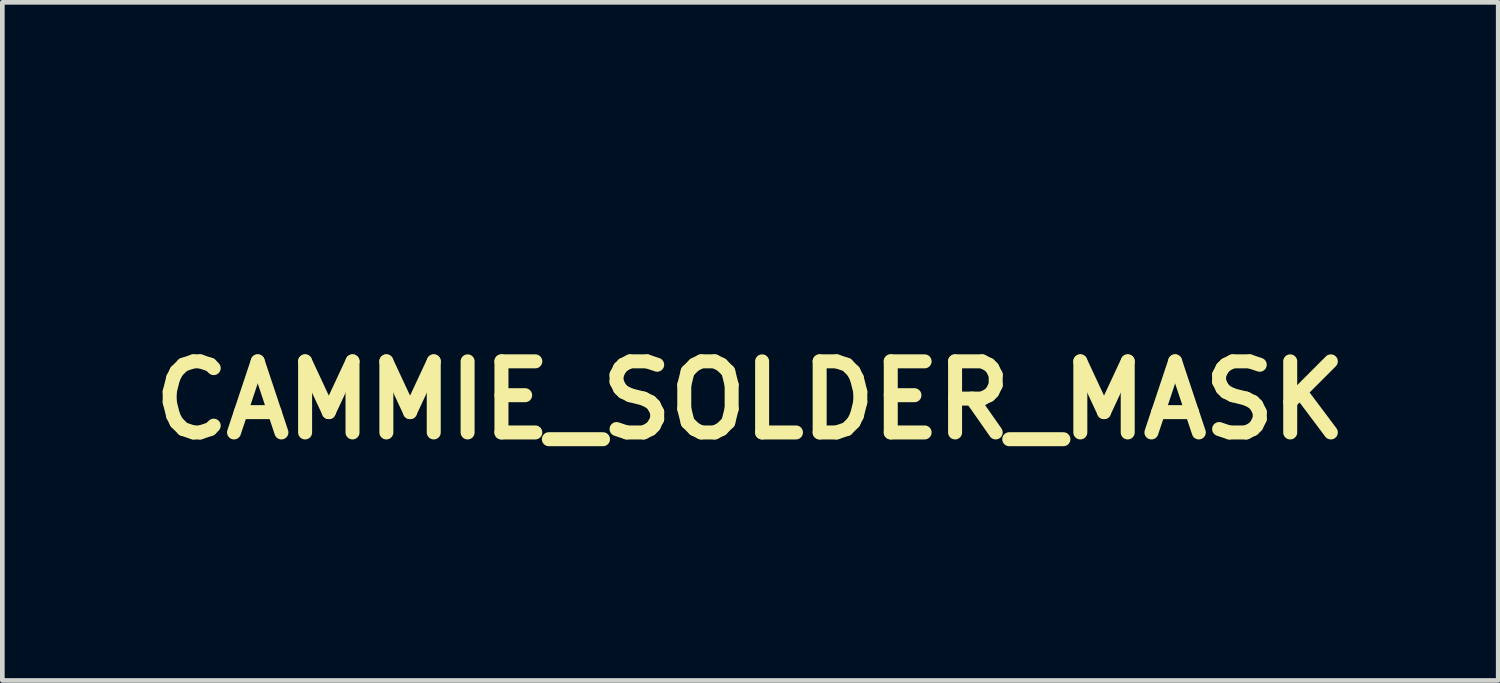
<source format=kicad_pcb>
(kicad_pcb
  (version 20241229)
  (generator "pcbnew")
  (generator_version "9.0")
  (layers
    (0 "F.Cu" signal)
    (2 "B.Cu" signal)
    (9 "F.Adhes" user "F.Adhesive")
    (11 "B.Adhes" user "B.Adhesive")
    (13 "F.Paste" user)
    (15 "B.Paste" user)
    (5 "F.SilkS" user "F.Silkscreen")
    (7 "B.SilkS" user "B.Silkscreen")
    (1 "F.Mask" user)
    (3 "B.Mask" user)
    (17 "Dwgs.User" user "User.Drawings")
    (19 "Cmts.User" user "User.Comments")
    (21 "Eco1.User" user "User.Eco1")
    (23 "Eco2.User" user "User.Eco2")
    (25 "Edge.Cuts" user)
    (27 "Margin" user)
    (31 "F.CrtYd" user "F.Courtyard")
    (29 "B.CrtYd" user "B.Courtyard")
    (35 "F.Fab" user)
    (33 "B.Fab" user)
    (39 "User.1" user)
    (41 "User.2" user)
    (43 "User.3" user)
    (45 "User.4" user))
  (footprint "CAMMIE_SOLDER_MASK"
    (layer "F.Cu")
    (at 13.034 5.531)
    (property "Reference" "CAMMIE_SOLDER_MASK" (at 0 0 0) (layer "F.SilkS") (effects (font (size 1.524 1.524) (thickness 0.3))))
    (attr through_hole)
    (fp_poly (pts (xy -1.079 -0.945) (xy -1.087 -0.937) (xy -1.095 -0.945) (xy -1.087 -0.953) (xy -1.079 -0.945)) (stroke (width 0.01) (type solid)) (fill yes) (layer "F.Mask"))
    (fp_poly (pts (xy -0.619 -1.214) (xy -0.627 -1.206) (xy -0.635 -1.214) (xy -0.627 -1.222) (xy -0.619 -1.214)) (stroke (width 0.01) (type solid)) (fill yes) (layer "F.Mask"))
    (fp_poly (pts (xy -1.879 -0.503) (xy -1.877 -0.484) (xy -1.879 -0.482) (xy -1.888 -0.484) (xy -1.889 -0.492) (xy -1.883 -0.505) (xy -1.879 -0.503)) (stroke (width 0.01) (type solid)) (fill yes) (layer "F.Mask"))
    (fp_poly (pts (xy -1.863 -0.439) (xy -1.861 -0.42) (xy -1.863 -0.418) (xy -1.872 -0.42) (xy -1.873 -0.429) (xy -1.867 -0.442) (xy -1.863 -0.439)) (stroke (width 0.01) (type solid)) (fill yes) (layer "F.Mask"))
    (fp_poly (pts (xy -1.853 2.99) (xy -1.851 2.996) (xy -1.873 2.998) (xy -1.896 2.995) (xy -1.893 2.99) (xy -1.861 2.988) (xy -1.853 2.99)) (stroke (width 0.01) (type solid)) (fill yes) (layer "F.Mask"))
    (fp_poly (pts (xy -1.132 -1.09) (xy -1.131 -1.071) (xy -1.132 -1.069) (xy -1.142 -1.071) (xy -1.143 -1.079) (xy -1.137 -1.093) (xy -1.132 -1.09)) (stroke (width 0.01) (type solid)) (fill yes) (layer "F.Mask"))
    (fp_poly (pts (xy -0.866 -4.118) (xy -0.844 -4.105) (xy -0.847 -4.097) (xy -0.856 -4.096) (xy -0.878 -4.107) (xy -0.881 -4.111) (xy -0.878 -4.12) (xy -0.866 -4.118)) (stroke (width 0.01) (type solid)) (fill yes) (layer "F.Mask"))
    (fp_poly (pts (xy -0.22 -2.196) (xy -0.206 -2.183) (xy -0.193 -2.162) (xy -0.202 -2.163) (xy -0.231 -2.182) (xy -0.248 -2.2) (xy -0.244 -2.206) (xy -0.22 -2.196)) (stroke (width 0.01) (type solid)) (fill yes) (layer "F.Mask"))
    (fp_poly (pts (xy -2.414 -1.497) (xy -2.413 -1.492) (xy -2.418 -1.477) (xy -2.42 -1.476) (xy -2.434 -1.488) (xy -2.437 -1.492) (xy -2.436 -1.507) (xy -2.43 -1.508) (xy -2.414 -1.497)) (stroke (width 0.01) (type solid)) (fill yes) (layer "F.Mask"))
    (fp_poly (pts (xy -2.125 -0.75) (xy -2.103 -0.73) (xy -2.085 -0.704) (xy -2.082 -0.69) (xy -2.097 -0.695) (xy -2.119 -0.714) (xy -2.138 -0.74) (xy -2.14 -0.754) (xy -2.125 -0.75)) (stroke (width 0.01) (type solid)) (fill yes) (layer "F.Mask"))
    (fp_poly (pts (xy -2.002 -2.795) (xy -1.998 -2.789) (xy -1.988 -2.762) (xy -1.992 -2.75) (xy -2.006 -2.757) (xy -2.015 -2.781) (xy -2.016 -2.793) (xy -2.013 -2.807) (xy -2.002 -2.795)) (stroke (width 0.01) (type solid)) (fill yes) (layer "F.Mask"))
    (fp_poly (pts (xy -1.141 -2.067) (xy -1.134 -2.062) (xy -1.141 -2.052) (xy -1.166 -2.048) (xy -1.196 -2.05) (xy -1.206 -2.054) (xy -1.194 -2.064) (xy -1.166 -2.069) (xy -1.141 -2.067)) (stroke (width 0.01) (type solid)) (fill yes) (layer "F.Mask"))
    (fp_poly (pts (xy -1.085 -0.856) (xy -1.084 -0.853) (xy -1.082 -0.818) (xy -1.085 -0.805) (xy -1.09 -0.805) (xy -1.092 -0.83) (xy -1.092 -0.833) (xy -1.09 -0.858) (xy -1.085 -0.856)) (stroke (width 0.01) (type solid)) (fill yes) (layer "F.Mask"))
    (fp_poly (pts (xy -0.968 -0.675) (xy -0.953 -0.66) (xy -0.953 -0.658) (xy -0.965 -0.651) (xy -0.968 -0.651) (xy -0.984 -0.663) (xy -0.984 -0.668) (xy -0.975 -0.677) (xy -0.968 -0.675)) (stroke (width 0.01) (type solid)) (fill yes) (layer "F.Mask"))
    (fp_poly (pts (xy -0.045 -1.908) (xy -0.033 -1.888) (xy -0.034 -1.881) (xy -0.051 -1.882) (xy -0.053 -1.884) (xy -0.063 -1.908) (xy -0.064 -1.911) (xy -0.055 -1.917) (xy -0.045 -1.908)) (stroke (width 0.01) (type solid)) (fill yes) (layer "F.Mask"))
    (fp_poly (pts (xy 0.619 1.291) (xy 0.619 1.298) (xy 0.615 1.329) (xy 0.604 1.33) (xy 0.597 1.321) (xy 0.598 1.298) (xy 0.604 1.285) (xy 0.615 1.274) (xy 0.619 1.291)) (stroke (width 0.01) (type solid)) (fill yes) (layer "F.Mask"))
    (fp_poly (pts (xy -0.951 -4.164) (xy -0.937 -4.151) (xy -0.923 -4.133) (xy -0.929 -4.131) (xy -0.959 -4.146) (xy -0.968 -4.151) (xy -0.992 -4.168) (xy -0.986 -4.174) (xy -0.982 -4.175) (xy -0.951 -4.164)) (stroke (width 0.01) (type solid)) (fill yes) (layer "F.Mask"))
    (fp_poly (pts (xy 0.599 -1.575) (xy 0.616 -1.547) (xy 0.629 -1.516) (xy 0.63 -1.498) (xy 0.63 -1.498) (xy 0.618 -1.505) (xy 0.598 -1.53) (xy 0.597 -1.531) (xy 0.576 -1.567) (xy 0.574 -1.584) (xy 0.585 -1.587) (xy 0.599 -1.575)) (stroke (width 0.01) (type solid)) (fill yes) (layer "F.Mask"))
    (fp_poly (pts (xy -1.051 -0.876) (xy -1.038 -0.851) (xy -1.033 -0.84) (xy -1.014 -0.792) (xy -0.997 -0.752) (xy -0.996 -0.75) (xy -0.986 -0.72) (xy -0.987 -0.706) (xy -0.998 -0.714) (xy -1.015 -0.745) (xy -1.031 -0.779) (xy -1.049 -0.826) (xy -1.059 -0.863) (xy -1.06 -0.877) (xy -1.051 -0.876)) (stroke (width 0.01) (type solid)) (fill yes) (layer "F.Mask"))
    (fp_poly (pts (xy 1.261 -3.123) (xy 1.286 -3.079) (xy 1.291 -3.069) (xy 1.325 -2.996) (xy 1.342 -2.947) (xy 1.342 -2.923) (xy 1.337 -2.921) (xy 1.325 -2.935) (xy 1.305 -2.971) (xy 1.283 -3.021) (xy 1.281 -3.027) (xy 1.258 -3.089) (xy 1.247 -3.126) (xy 1.249 -3.138) (xy 1.261 -3.123)) (stroke (width 0.01) (type solid)) (fill yes) (layer "F.Mask"))
    (fp_poly (pts (xy -1.97 -0.658) (xy -1.943 -0.63) (xy -1.917 -0.597) (xy -1.896 -0.567) (xy -1.889 -0.548) (xy -1.893 -0.526) (xy -1.905 -0.534) (xy -1.924 -0.572) (xy -1.928 -0.58) (xy -1.949 -0.619) (xy -1.972 -0.643) (xy -1.976 -0.645) (xy -1.997 -0.663) (xy -2 -0.672) (xy -1.991 -0.674) (xy -1.97 -0.658)) (stroke (width 0.01) (type solid)) (fill yes) (layer "F.Mask"))
    (fp_poly (pts (xy 1.495 -2.818) (xy 1.5 -2.808) (xy 1.529 -2.723) (xy 1.548 -2.664) (xy 1.555 -2.626) (xy 1.552 -2.608) (xy 1.543 -2.603) (xy 1.533 -2.618) (xy 1.519 -2.655) (xy 1.503 -2.707) (xy 1.503 -2.708) (xy 1.49 -2.762) (xy 1.483 -2.803) (xy 1.483 -2.822) (xy 1.483 -2.822) (xy 1.495 -2.818)) (stroke (width 0.01) (type solid)) (fill yes) (layer "F.Mask"))
    (fp_poly (pts (xy -0.328 -2.256) (xy -0.292 -2.247) (xy -0.283 -2.242) (xy -0.281 -2.232) (xy -0.304 -2.23) (xy -0.351 -2.233) (xy -0.434 -2.233) (xy -0.538 -2.217) (xy -0.577 -2.208) (xy -0.667 -2.188) (xy -0.728 -2.177) (xy -0.758 -2.176) (xy -0.759 -2.183) (xy -0.738 -2.192) (xy -0.693 -2.204) (xy -0.633 -2.217) (xy -0.564 -2.231) (xy -0.495 -2.243) (xy -0.433 -2.253) (xy -0.386 -2.258) (xy -0.377 -2.258) (xy -0.328 -2.256)) (stroke (width 0.01) (type solid)) (fill yes) (layer "F.Mask"))
    (fp_poly (pts (xy -2.246 -0.252) (xy -2.216 -0.216) (xy -2.167 -0.192) (xy -2.096 -0.179) (xy -1.999 -0.175) (xy -1.998 -0.175) (xy -1.94 -0.173) (xy -1.896 -0.168) (xy -1.874 -0.161) (xy -1.873 -0.16) (xy -1.886 -0.14) (xy -1.918 -0.111) (xy -1.963 -0.079) (xy -2.011 -0.05) (xy -2.024 -0.044) (xy -2.081 -0.018) (xy -2.119 -0.008) (xy -2.147 -0.015) (xy -2.17 -0.036) (xy -2.208 -0.086) (xy -2.24 -0.148) (xy -2.263 -0.208) (xy -2.269 -0.249) (xy -2.269 -0.294) (xy -2.246 -0.252)) (stroke (width 0.01) (type solid)) (fill yes) (layer "F.Mask"))
    (fp_poly (pts (xy -3.951 -5.521) (xy -3.94 -5.51) (xy -3.958 -5.494) (xy -3.997 -5.478) (xy -4.062 -5.453) (xy -4.139 -5.418) (xy -4.224 -5.377) (xy -4.307 -5.333) (xy -4.384 -5.29) (xy -4.448 -5.252) (xy -4.491 -5.222) (xy -4.501 -5.213) (xy -4.534 -5.181) (xy -4.55 -5.17) (xy -4.556 -5.178) (xy -4.556 -5.198) (xy -4.549 -5.226) (xy -4.526 -5.255) (xy -4.485 -5.289) (xy -4.422 -5.33) (xy -4.335 -5.378) (xy -4.238 -5.429) (xy -4.134 -5.479) (xy -4.056 -5.511) (xy -4.003 -5.524) (xy -3.994 -5.524) (xy -3.951 -5.521)) (stroke (width 0.01) (type solid)) (fill yes) (layer "F.Mask"))
    (fp_poly (pts (xy -0.359 -2.144) (xy -0.329 -2.137) (xy -0.26 -2.109) (xy -0.194 -2.067) (xy -0.139 -2.021) (xy -0.11 -1.983) (xy -0.099 -1.958) (xy -0.106 -1.957) (xy -0.132 -1.981) (xy -0.144 -1.994) (xy -0.182 -2.027) (xy -0.232 -2.063) (xy -0.252 -2.076) (xy -0.287 -2.095) (xy -0.318 -2.106) (xy -0.356 -2.113) (xy -0.409 -2.115) (xy -0.484 -2.114) (xy -0.488 -2.114) (xy -0.566 -2.114) (xy -0.617 -2.118) (xy -0.64 -2.124) (xy -0.634 -2.132) (xy -0.598 -2.141) (xy -0.531 -2.149) (xy -0.524 -2.15) (xy -0.434 -2.154) (xy -0.359 -2.144)) (stroke (width 0.01) (type solid)) (fill yes) (layer "F.Mask"))
    (fp_poly (pts (xy -2.216 -0.736) (xy -2.184 -0.714) (xy -2.162 -0.694) (xy -2.12 -0.659) (xy -2.081 -0.634) (xy -2.067 -0.627) (xy -2.034 -0.603) (xy -2 -0.55) (xy -1.992 -0.534) (xy -1.962 -0.475) (xy -1.923 -0.407) (xy -1.896 -0.363) (xy -1.859 -0.3) (xy -1.843 -0.26) (xy -1.85 -0.24) (xy -1.879 -0.239) (xy -1.932 -0.255) (xy -1.937 -0.256) (xy -1.995 -0.276) (xy -2.051 -0.292) (xy -2.077 -0.297) (xy -2.118 -0.311) (xy -2.145 -0.341) (xy -2.153 -0.36) (xy -2.178 -0.4) (xy -2.203 -0.408) (xy -2.093 -0.408) (xy -2.091 -0.369) (xy -2.075 -0.341) (xy -2.052 -0.331) (xy -2.028 -0.343) (xy -2.024 -0.349) (xy -2.028 -0.369) (xy -2.049 -0.398) (xy -2.051 -0.4) (xy -2.076 -0.423) (xy -2.088 -0.424) (xy -2.093 -0.408) (xy -2.203 -0.408) (xy -2.206 -0.408) (xy -2.232 -0.387) (xy -2.249 -0.349) (xy -2.262 -0.317) (xy -2.268 -0.314) (xy -2.269 -0.33) (xy -2.264 -0.369) (xy -2.249 -0.416) (xy -2.246 -0.423) (xy -2.233 -0.463) (xy -2.232 -0.496) (xy -2.243 -0.54) (xy -2.247 -0.551) (xy -2.26 -0.609) (xy -2.261 -0.667) (xy -2.253 -0.714) (xy -2.235 -0.74) (xy -2.216 -0.736)) (stroke (width 0.01) (type solid)) (fill yes) (layer "F.Mask"))
    (fp_poly (pts (xy -0.783 -2.104) (xy -0.782 -2.092) (xy -0.785 -2.081) (xy -0.783 -2.055) (xy -0.756 -2.028) (xy -0.743 -2.018) (xy -0.712 -1.996) (xy -0.708 -1.987) (xy -0.731 -1.988) (xy -0.783 -2.001) (xy -0.836 -2.007) (xy -0.878 -1.99) (xy -0.915 -1.945) (xy -0.93 -1.918) (xy -0.949 -1.875) (xy -0.946 -1.852) (xy -0.918 -1.841) (xy -0.893 -1.838) (xy -0.833 -1.834) (xy -0.905 -1.808) (xy -0.947 -1.791) (xy -0.972 -1.775) (xy -0.976 -1.769) (xy -0.962 -1.762) (xy -0.923 -1.756) (xy -0.868 -1.752) (xy -0.852 -1.751) (xy -0.721 -1.734) (xy -0.607 -1.692) (xy -0.506 -1.622) (xy -0.465 -1.592) (xy -0.438 -1.586) (xy -0.434 -1.588) (xy -0.409 -1.592) (xy -0.389 -1.581) (xy -0.369 -1.56) (xy -0.375 -1.539) (xy -0.377 -1.536) (xy -0.388 -1.51) (xy -0.37 -1.495) (xy -0.347 -1.492) (xy -0.322 -1.485) (xy -0.318 -1.476) (xy -0.331 -1.464) (xy -0.351 -1.46) (xy -0.375 -1.454) (xy -0.375 -1.437) (xy -0.375 -1.416) (xy -0.381 -1.413) (xy -0.397 -1.4) (xy -0.415 -1.367) (xy -0.419 -1.358) (xy -0.46 -1.302) (xy -0.506 -1.271) (xy -0.556 -1.247) (xy -0.58 -1.24) (xy -0.582 -1.248) (xy -0.571 -1.262) (xy -0.562 -1.276) (xy -0.571 -1.277) (xy -0.604 -1.264) (xy -0.609 -1.262) (xy -0.66 -1.246) (xy -0.71 -1.238) (xy -0.714 -1.238) (xy -0.748 -1.234) (xy -0.762 -1.223) (xy -0.762 -1.222) (xy -0.749 -1.209) (xy -0.73 -1.206) (xy -0.704 -1.2) (xy -0.699 -1.191) (xy -0.702 -1.179) (xy -0.718 -1.177) (xy -0.752 -1.187) (xy -0.78 -1.197) (xy -0.856 -1.23) (xy -0.939 -1.278) (xy -1.014 -1.329) (xy -1.03 -1.343) (xy -1.065 -1.38) (xy -1.069 -1.393) (xy -0.943 -1.393) (xy -0.931 -1.374) (xy -0.925 -1.369) (xy -0.891 -1.354) (xy -0.852 -1.35) (xy -0.824 -1.357) (xy -0.82 -1.362) (xy -0.821 -1.387) (xy -0.85 -1.415) (xy -0.87 -1.428) (xy -0.901 -1.439) (xy -0.922 -1.427) (xy -0.929 -1.418) (xy -0.943 -1.393) (xy -1.069 -1.393) (xy -1.079 -1.422) (xy -1.079 -1.427) (xy -0.984 -1.427) (xy -0.974 -1.418) (xy -0.968 -1.421) (xy -0.953 -1.442) (xy -0.953 -1.446) (xy -0.962 -1.455) (xy -0.968 -1.453) (xy -0.984 -1.432) (xy -0.984 -1.427) (xy -1.079 -1.427) (xy -1.079 -1.444) (xy -1.084 -1.496) (xy -1.097 -1.557) (xy -1.097 -1.558) (xy -0.824 -1.558) (xy -0.81 -1.517) (xy -0.808 -1.514) (xy -0.782 -1.499) (xy -0.738 -1.499) (xy -0.728 -1.501) (xy -0.688 -1.506) (xy -0.671 -1.499) (xy -0.667 -1.477) (xy -0.667 -1.467) (xy -0.677 -1.429) (xy -0.709 -1.385) (xy -0.738 -1.355) (xy -0.776 -1.316) (xy -0.789 -1.294) (xy -0.776 -1.288) (xy -0.737 -1.297) (xy -0.695 -1.311) (xy -0.616 -1.347) (xy -0.564 -1.393) (xy -0.541 -1.446) (xy -0.54 -1.461) (xy -0.552 -1.525) (xy -0.582 -1.586) (xy -0.611 -1.619) (xy -0.634 -1.633) (xy -0.649 -1.622) (xy -0.651 -1.619) (xy -0.665 -1.607) (xy -0.686 -1.616) (xy -0.699 -1.627) (xy -0.726 -1.647) (xy -0.75 -1.647) (xy -0.775 -1.634) (xy -0.811 -1.6) (xy -0.824 -1.558) (xy -1.097 -1.558) (xy -1.103 -1.581) (xy -1.123 -1.669) (xy -1.123 -1.74) (xy -1.103 -1.8) (xy -1.087 -1.836) (xy -1.08 -1.862) (xy -1.079 -1.862) (xy -1.069 -1.884) (xy -1.044 -1.916) (xy -1.038 -1.922) (xy -1.009 -1.967) (xy -1.01 -2.007) (xy -1.041 -2.038) (xy -1.051 -2.043) (xy -1.063 -2.051) (xy -1.056 -2.059) (xy -1.026 -2.069) (xy -0.97 -2.081) (xy -0.952 -2.085) (xy -0.875 -2.1) (xy -0.825 -2.108) (xy -0.796 -2.109) (xy -0.783 -2.104)) (stroke (width 0.01) (type solid)) (fill yes) (layer "F.Mask"))
    (fp_poly (pts (xy -2.113 -2.775) (xy -2.098 -2.749) (xy -2.081 -2.739) (xy -2.043 -2.717) (xy -2.019 -2.675) (xy -2.01 -2.643) (xy -2 -2.596) (xy -2.045 -2.647) (xy -2.075 -2.679) (xy -2.096 -2.697) (xy -2.1 -2.699) (xy -2.11 -2.683) (xy -2.119 -2.636) (xy -2.126 -2.558) (xy -2.131 -2.45) (xy -2.133 -2.377) (xy -2.131 -2.332) (xy -2.124 -2.313) (xy -2.119 -2.312) (xy -2.099 -2.305) (xy -2.07 -2.279) (xy -2.057 -2.263) (xy -2.022 -2.223) (xy -1.997 -2.207) (xy -1.985 -2.217) (xy -1.984 -2.225) (xy -1.994 -2.25) (xy -2.012 -2.276) (xy -2.031 -2.298) (xy -2.028 -2.302) (xy -2.012 -2.297) (xy -1.997 -2.295) (xy -1.988 -2.307) (xy -1.984 -2.34) (xy -1.983 -2.386) (xy -1.982 -2.439) (xy -1.98 -2.464) (xy -1.974 -2.464) (xy -1.964 -2.445) (xy -1.96 -2.437) (xy -1.945 -2.411) (xy -1.937 -2.41) (xy -1.937 -2.413) (xy -1.932 -2.424) (xy -1.918 -2.407) (xy -1.917 -2.405) (xy -1.908 -2.373) (xy -1.902 -2.313) (xy -1.899 -2.227) (xy -1.898 -2.167) (xy -1.899 -2.075) (xy -1.903 -2.007) (xy -1.909 -1.958) (xy -1.919 -1.92) (xy -1.928 -1.897) (xy -1.947 -1.86) (xy -1.959 -1.852) (xy -1.964 -1.862) (xy -1.972 -1.874) (xy -1.985 -1.861) (xy -2.001 -1.831) (xy -2.017 -1.794) (xy -2.023 -1.768) (xy -2.018 -1.758) (xy -2.004 -1.772) (xy -2 -1.778) (xy -1.987 -1.79) (xy -1.985 -1.785) (xy -1.995 -1.753) (xy -2.025 -1.704) (xy -2.071 -1.642) (xy -2.13 -1.57) (xy -2.198 -1.495) (xy -2.215 -1.478) (xy -2.267 -1.421) (xy -2.31 -1.37) (xy -2.339 -1.331) (xy -2.349 -1.308) (xy -2.338 -1.273) (xy -2.313 -1.238) (xy -2.282 -1.21) (xy -2.253 -1.199) (xy -2.247 -1.2) (xy -2.23 -1.201) (xy -2.232 -1.184) (xy -2.233 -1.166) (xy -2.216 -1.168) (xy -2.18 -1.171) (xy -2.163 -1.166) (xy -2.129 -1.158) (xy -2.082 -1.151) (xy -2.072 -1.151) (xy -2.015 -1.142) (xy -1.954 -1.124) (xy -1.941 -1.119) (xy -1.899 -1.1) (xy -1.879 -1.08) (xy -1.874 -1.049) (xy -1.873 -1.034) (xy -1.877 -0.997) (xy -1.892 -0.97) (xy -1.927 -0.943) (xy -1.941 -0.934) (xy -1.999 -0.9) (xy -2.058 -0.868) (xy -2.109 -0.843) (xy -2.146 -0.828) (xy -2.156 -0.826) (xy -2.178 -0.836) (xy -2.188 -0.846) (xy -2.201 -0.873) (xy -2.209 -0.897) (xy -2.191 -0.897) (xy -2.183 -0.889) (xy -2.175 -0.897) (xy -2.183 -0.905) (xy -2.191 -0.897) (xy -2.209 -0.897) (xy -2.216 -0.918) (xy -2.222 -0.943) (xy -2.246 -1.01) (xy -2.279 -1.051) (xy -2.332 -1.111) (xy -2.367 -1.191) (xy -2.383 -1.283) (xy -2.383 -1.331) (xy -2.372 -1.349) (xy -2.342 -1.385) (xy -2.298 -1.435) (xy -2.243 -1.495) (xy -2.206 -1.533) (xy -2.147 -1.596) (xy -2.097 -1.651) (xy -2.061 -1.694) (xy -2.041 -1.722) (xy -2.039 -1.729) (xy -2.057 -1.745) (xy -2.092 -1.769) (xy -2.104 -1.776) (xy -2.136 -1.793) (xy -2.152 -1.797) (xy -2.151 -1.794) (xy -2.147 -1.779) (xy -2.165 -1.785) (xy -2.203 -1.81) (xy -2.205 -1.811) (xy -2.237 -1.843) (xy -2.243 -1.876) (xy -2.242 -1.882) (xy -2.241 -1.895) (xy -2.122 -1.895) (xy -2.119 -1.889) (xy -2.105 -1.874) (xy -2.103 -1.873) (xy -2.096 -1.886) (xy -2.095 -1.889) (xy -2.108 -1.904) (xy -2.112 -1.905) (xy -2.122 -1.895) (xy -2.241 -1.895) (xy -2.239 -1.915) (xy -2.247 -1.917) (xy -2.266 -1.891) (xy -2.297 -1.835) (xy -2.327 -1.774) (xy -2.359 -1.71) (xy -2.378 -1.675) (xy -2.386 -1.668) (xy -2.381 -1.688) (xy -2.364 -1.736) (xy -2.336 -1.809) (xy -2.315 -1.861) (xy -2.288 -1.932) (xy -2.264 -1.998) (xy -2.264 -1.999) (xy -2.04 -1.999) (xy -2.021 -1.964) (xy -1.989 -1.953) (xy -1.974 -1.959) (xy -1.972 -1.984) (xy -1.976 -2.012) (xy -1.991 -2.068) (xy -2.007 -2.095) (xy -2.023 -2.093) (xy -2.037 -2.06) (xy -2.04 -2.047) (xy -2.04 -1.999) (xy -2.264 -1.999) (xy -2.248 -2.05) (xy -2.243 -2.071) (xy -2.234 -2.108) (xy -2.222 -2.127) (xy -2.219 -2.127) (xy -2.213 -2.137) (xy -2.216 -2.146) (xy -2.217 -2.158) (xy -2.204 -2.155) (xy -2.19 -2.153) (xy -2.188 -2.165) (xy -2.198 -2.199) (xy -2.202 -2.212) (xy -2.215 -2.259) (xy -2.211 -2.281) (xy -2.208 -2.283) (xy -2.193 -2.301) (xy -2.191 -2.318) (xy -2.183 -2.348) (xy -2.175 -2.357) (xy -2.169 -2.376) (xy -2.164 -2.42) (xy -2.161 -2.482) (xy -2.161 -2.529) (xy -2.159 -2.628) (xy -2.151 -2.699) (xy -2.138 -2.747) (xy -2.123 -2.775) (xy -2.114 -2.78) (xy -2.113 -2.775)) (stroke (width 0.01) (type solid)) (fill yes) (layer "F.Mask"))
    (fp_poly (pts (xy -3.431 -5.521) (xy -3.076 -5.517) (xy -3.229 -5.391) (xy -3.287 -5.342) (xy -3.335 -5.3) (xy -3.368 -5.269) (xy -3.381 -5.254) (xy -3.381 -5.254) (xy -3.391 -5.236) (xy -3.415 -5.203) (xy -3.445 -5.165) (xy -3.478 -5.123) (xy -3.497 -5.09) (xy -3.506 -5.054) (xy -3.508 -5.002) (xy -3.508 -4.974) (xy -3.506 -4.892) (xy -3.498 -4.836) (xy -3.482 -4.803) (xy -3.456 -4.787) (xy -3.426 -4.785) (xy -3.388 -4.79) (xy -3.372 -4.809) (xy -3.368 -4.824) (xy -3.363 -4.861) (xy -3.339 -4.828) (xy -3.312 -4.801) (xy -3.286 -4.796) (xy -3.27 -4.813) (xy -3.269 -4.822) (xy -3.265 -4.837) (xy -3.26 -4.83) (xy -3.24 -4.815) (xy -3.208 -4.81) (xy -3.177 -4.814) (xy -3.169 -4.831) (xy -3.171 -4.85) (xy -3.171 -4.881) (xy -3.155 -4.887) (xy -3.13 -4.867) (xy -3.121 -4.855) (xy -3.096 -4.82) (xy -2.838 -4.856) (xy -2.737 -4.872) (xy -2.634 -4.889) (xy -2.539 -4.907) (xy -2.461 -4.923) (xy -2.437 -4.929) (xy -2.372 -4.949) (xy -2.282 -4.983) (xy -2.174 -5.027) (xy -2.049 -5.08) (xy -1.914 -5.141) (xy -1.772 -5.207) (xy -1.627 -5.276) (xy -1.484 -5.347) (xy -1.368 -5.406) (xy -1.141 -5.524) (xy -0.502 -5.524) (xy 0.136 -5.525) (xy 0.139 -5.428) (xy 0.147 -5.351) (xy 0.165 -5.295) (xy 0.193 -5.264) (xy 0.224 -5.26) (xy 0.253 -5.259) (xy 0.264 -5.251) (xy 0.279 -5.247) (xy 0.289 -5.257) (xy 0.304 -5.269) (xy 0.312 -5.259) (xy 0.328 -5.246) (xy 0.347 -5.253) (xy 0.356 -5.274) (xy 0.354 -5.284) (xy 0.35 -5.301) (xy 0.364 -5.292) (xy 0.366 -5.29) (xy 0.391 -5.275) (xy 0.422 -5.273) (xy 0.468 -5.287) (xy 0.52 -5.31) (xy 0.567 -5.333) (xy 0.592 -5.352) (xy 0.602 -5.376) (xy 0.603 -5.411) (xy 0.603 -5.449) (xy 0.606 -5.478) (xy 0.615 -5.498) (xy 0.635 -5.511) (xy 0.67 -5.519) (xy 0.724 -5.523) (xy 0.8 -5.524) (xy 0.903 -5.525) (xy 0.93 -5.524) (xy 1.238 -5.524) (xy 1.256 -5.453) (xy 1.277 -5.4) (xy 1.309 -5.373) (xy 1.356 -5.37) (xy 1.423 -5.39) (xy 1.427 -5.392) (xy 1.476 -5.417) (xy 1.503 -5.445) (xy 1.515 -5.473) (xy 1.531 -5.524) (xy 2.194 -5.524) (xy 2.336 -5.524) (xy 2.467 -5.524) (xy 2.585 -5.523) (xy 2.685 -5.522) (xy 2.766 -5.52) (xy 2.823 -5.519) (xy 2.853 -5.517) (xy 2.857 -5.516) (xy 2.851 -5.498) (xy 2.834 -5.461) (xy 2.816 -5.425) (xy 2.747 -5.307) (xy 2.66 -5.187) (xy 2.565 -5.081) (xy 2.553 -5.069) (xy 2.516 -5.035) (xy 2.484 -5.009) (xy 2.448 -4.989) (xy 2.402 -4.97) (xy 2.338 -4.95) (xy 2.271 -4.93) (xy 2.146 -4.898) (xy 2.045 -4.879) (xy 1.976 -4.874) (xy 1.922 -4.872) (xy 1.889 -4.866) (xy 1.869 -4.851) (xy 1.853 -4.828) (xy 1.802 -4.763) (xy 1.725 -4.696) (xy 1.628 -4.63) (xy 1.518 -4.571) (xy 1.399 -4.52) (xy 1.384 -4.515) (xy 1.248 -4.483) (xy 1.103 -4.478) (xy 0.953 -4.497) (xy 0.804 -4.541) (xy 0.662 -4.607) (xy 0.532 -4.694) (xy 0.48 -4.738) (xy 0.432 -4.779) (xy 0.389 -4.81) (xy 0.359 -4.825) (xy 0.354 -4.826) (xy 0.322 -4.821) (xy 0.27 -4.809) (xy 0.206 -4.792) (xy 0.142 -4.772) (xy 0.085 -4.753) (xy 0.046 -4.738) (xy 0.04 -4.735) (xy 0.029 -4.726) (xy 0.031 -4.715) (xy 0.052 -4.699) (xy 0.095 -4.676) (xy 0.151 -4.648) (xy 0.215 -4.615) (xy 0.298 -4.572) (xy 0.391 -4.521) (xy 0.486 -4.469) (xy 0.54 -4.439) (xy 0.625 -4.392) (xy 0.731 -4.335) (xy 0.851 -4.272) (xy 0.977 -4.207) (xy 1.102 -4.144) (xy 1.175 -4.108) (xy 1.325 -4.032) (xy 1.451 -3.965) (xy 1.556 -3.904) (xy 1.646 -3.844) (xy 1.724 -3.784) (xy 1.796 -3.72) (xy 1.866 -3.648) (xy 1.93 -3.575) (xy 1.965 -3.533) (xy 1.996 -3.492) (xy 2.026 -3.449) (xy 2.055 -3.399) (xy 2.087 -3.339) (xy 2.123 -3.265) (xy 2.166 -3.172) (xy 2.217 -3.057) (xy 2.263 -2.953) (xy 2.309 -2.851) (xy 2.356 -2.745) (xy 2.402 -2.644) (xy 2.443 -2.558) (xy 2.466 -2.508) (xy 2.501 -2.435) (xy 2.524 -2.381) (xy 2.537 -2.336) (xy 2.544 -2.293) (xy 2.547 -2.241) (xy 2.547 -2.207) (xy 2.537 -2.076) (xy 2.506 -1.959) (xy 2.45 -1.851) (xy 2.369 -1.75) (xy 2.26 -1.653) (xy 2.121 -1.557) (xy 2.106 -1.548) (xy 2.028 -1.5) (xy 1.974 -1.312) (xy 1.943 -1.21) (xy 1.907 -1.109) (xy 1.869 -1.015) (xy 1.831 -0.934) (xy 1.797 -0.872) (xy 1.771 -0.836) (xy 1.753 -0.813) (xy 1.75 -0.787) (xy 1.761 -0.745) (xy 1.776 -0.706) (xy 1.792 -0.684) (xy 1.796 -0.683) (xy 1.827 -0.692) (xy 1.873 -0.718) (xy 1.928 -0.754) (xy 1.984 -0.796) (xy 2.033 -0.838) (xy 2.061 -0.866) (xy 2.098 -0.915) (xy 2.125 -0.964) (xy 2.134 -0.991) (xy 2.147 -1.041) (xy 2.173 -1.114) (xy 2.208 -1.207) (xy 2.251 -1.315) (xy 2.301 -1.433) (xy 2.354 -1.557) (xy 2.41 -1.681) (xy 2.467 -1.802) (xy 2.521 -1.915) (xy 2.534 -1.94) (xy 2.578 -2.025) (xy 2.629 -2.12) (xy 2.686 -2.221) (xy 2.746 -2.324) (xy 2.806 -2.426) (xy 2.864 -2.522) (xy 2.918 -2.609) (xy 2.967 -2.684) (xy 3.006 -2.742) (xy 3.035 -2.78) (xy 3.051 -2.794) (xy 3.051 -2.794) (xy 3.065 -2.782) (xy 3.061 -2.748) (xy 3.04 -2.694) (xy 3.003 -2.625) (xy 2.974 -2.578) (xy 2.895 -2.45) (xy 2.809 -2.302) (xy 2.717 -2.14) (xy 2.624 -1.971) (xy 2.534 -1.802) (xy 2.451 -1.64) (xy 2.377 -1.491) (xy 2.316 -1.361) (xy 2.314 -1.357) (xy 2.291 -1.301) (xy 2.26 -1.221) (xy 2.222 -1.12) (xy 2.18 -1.006) (xy 2.136 -0.882) (xy 2.091 -0.754) (xy 2.048 -0.628) (xy 2.007 -0.509) (xy 1.972 -0.401) (xy 1.951 -0.333) (xy 1.924 -0.24) (xy 1.908 -0.155) (xy 1.901 -0.071) (xy 1.903 0.021) (xy 1.914 0.129) (xy 1.928 0.23) (xy 1.946 0.414) (xy 1.945 0.606) (xy 1.929 0.764) (xy 1.927 0.783) (xy 1.934 0.773) (xy 1.947 0.734) (xy 1.967 0.679) (xy 1.983 0.655) (xy 1.995 0.661) (xy 2.003 0.699) (xy 2.003 0.699) (xy 2.006 0.718) (xy 2.012 0.726) (xy 2.025 0.72) (xy 2.047 0.698) (xy 2.083 0.657) (xy 2.136 0.594) (xy 2.139 0.59) (xy 2.188 0.529) (xy 2.229 0.478) (xy 2.257 0.44) (xy 2.27 0.421) (xy 2.27 0.42) (xy 2.278 0.403) (xy 2.302 0.37) (xy 2.344 0.321) (xy 2.404 0.253) (xy 2.484 0.166) (xy 2.585 0.059) (xy 2.626 0.016) (xy 2.705 -0.069) (xy 2.782 -0.155) (xy 2.853 -0.237) (xy 2.913 -0.31) (xy 2.957 -0.367) (xy 2.965 -0.379) (xy 3.056 -0.511) (xy 3.06 0.576) (xy 3.064 1.663) (xy 3.008 1.756) (xy 2.969 1.828) (xy 2.937 1.905) (xy 2.914 1.976) (xy 2.905 2.031) (xy 2.905 2.034) (xy 2.9 2.058) (xy 2.887 2.107) (xy 2.867 2.173) (xy 2.842 2.25) (xy 2.832 2.281) (xy 2.727 2.559) (xy 2.602 2.814) (xy 2.56 2.889) (xy 2.499 2.992) (xy 1.12 2.996) (xy 0.878 2.997) (xy 0.667 2.998) (xy 0.483 2.998) (xy 0.324 2.998) (xy 0.19 2.998) (xy 0.077 2.997) (xy -0.016 2.996) (xy -0.091 2.995) (xy -0.151 2.994) (xy -0.196 2.992) (xy -0.23 2.989) (xy -0.255 2.986) (xy -0.271 2.982) (xy -0.282 2.978) (xy -0.289 2.973) (xy -0.29 2.973) (xy -0.325 2.932) (xy -0.36 2.876) (xy -0.39 2.816) (xy -0.409 2.763) (xy -0.41 2.758) (xy 0.079 2.758) (xy 0.09 2.775) (xy 0.125 2.776) (xy 0.185 2.762) (xy 0.192 2.76) (xy 0.266 2.726) (xy 0.332 2.673) (xy 0.381 2.61) (xy 0.409 2.542) (xy 0.413 2.509) (xy 0.4 2.481) (xy 0.366 2.467) (xy 0.319 2.465) (xy 0.267 2.476) (xy 0.216 2.498) (xy 0.179 2.528) (xy 0.156 2.561) (xy 0.13 2.612) (xy 0.105 2.669) (xy 0.087 2.722) (xy 0.079 2.758) (xy 0.079 2.758) (xy -0.41 2.758) (xy -0.413 2.738) (xy -0.419 2.697) (xy -0.433 2.64) (xy -0.445 2.603) (xy -0.471 2.5) (xy -0.471 2.408) (xy -0.454 2.35) (xy -0.429 2.35) (xy -0.417 2.376) (xy -0.388 2.412) (xy -0.347 2.449) (xy -0.304 2.483) (xy -0.265 2.507) (xy -0.237 2.514) (xy -0.233 2.512) (xy -0.226 2.493) (xy -0.229 2.457) (xy -0.229 2.456) (xy -0.23 2.415) (xy -0.224 2.36) (xy -0.032 2.36) (xy -0.03 2.436) (xy -0.022 2.483) (xy -0.006 2.504) (xy 0.02 2.502) (xy 0.059 2.479) (xy 0.064 2.476) (xy 0.104 2.451) (xy 0.159 2.422) (xy 0.197 2.404) (xy 0.284 2.364) (xy 0.35 2.397) (xy 0.397 2.419) (xy 0.421 2.421) (xy 0.427 2.405) (xy 0.422 2.384) (xy 0.399 2.346) (xy 0.358 2.299) (xy 0.303 2.249) (xy 0.241 2.201) (xy 0.18 2.159) (xy 0.125 2.128) (xy 0.082 2.115) (xy 0.072 2.115) (xy 0.039 2.134) (xy 0.009 2.178) (xy -0.015 2.24) (xy -0.029 2.312) (xy -0.032 2.36) (xy -0.224 2.36) (xy -0.223 2.358) (xy -0.213 2.306) (xy -0.199 2.25) (xy -0.195 2.217) (xy -0.199 2.195) (xy -0.213 2.178) (xy -0.219 2.171) (xy -0.243 2.151) (xy -0.263 2.15) (xy -0.292 2.167) (xy -0.328 2.198) (xy -0.366 2.241) (xy -0.401 2.288) (xy -0.423 2.329) (xy -0.429 2.35) (xy -0.454 2.35) (xy -0.445 2.318) (xy -0.43 2.286) (xy -0.385 2.2) (xy -0.421 2.151) (xy -0.469 2.062) (xy -0.487 1.965) (xy -0.486 1.961) (xy -0.345 1.961) (xy -0.343 1.976) (xy -0.318 1.993) (xy -0.31 1.997) (xy -0.278 2.01) (xy -0.243 2.015) (xy -0.217 2.014) (xy -0.21 2.004) (xy -0.24 1.945) (xy -0.264 1.913) (xy -0.285 1.906) (xy -0.309 1.92) (xy -0.326 1.937) (xy -0.345 1.961) (xy -0.486 1.961) (xy -0.483 1.91) (xy -0.476 1.865) (xy -0.397 1.865) (xy -0.386 1.895) (xy -0.358 1.907) (xy -0.324 1.901) (xy -0.306 1.888) (xy -0.079 1.888) (xy -0.069 1.935) (xy -0.038 1.966) (xy 0.019 1.982) (xy 0.07 1.985) (xy 0.127 1.988) (xy 0.176 1.994) (xy 0.198 2) (xy 0.234 2.013) (xy 0.255 2.006) (xy 0.274 1.975) (xy 0.275 1.972) (xy 0.304 1.894) (xy 0.306 1.829) (xy 0.279 1.776) (xy 0.255 1.752) (xy 0.215 1.735) (xy 0.159 1.725) (xy 0.1 1.724) (xy 0.051 1.732) (xy 0.037 1.739) (xy -0.015 1.781) (xy -0.056 1.829) (xy -0.077 1.873) (xy -0.079 1.888) (xy -0.306 1.888) (xy -0.291 1.877) (xy -0.278 1.858) (xy -0.262 1.813) (xy -0.256 1.776) (xy -0.172 1.776) (xy -0.171 1.793) (xy -0.147 1.788) (xy -0.102 1.76) (xy -0.049 1.722) (xy 0.011 1.681) (xy 0.057 1.659) (xy 0.098 1.654) (xy 0.143 1.665) (xy 0.17 1.675) (xy 0.208 1.689) (xy 0.232 1.692) (xy 0.235 1.691) (xy 0.23 1.676) (xy 0.213 1.649) (xy 0.31 1.649) (xy 0.387 1.804) (xy 0.424 1.88) (xy 0.447 1.939) (xy 0.461 1.988) (xy 0.467 2.039) (xy 0.468 2.063) (xy 0.475 2.129) (xy 0.487 2.192) (xy 0.498 2.229) (xy 0.518 2.266) (xy 0.546 2.309) (xy 0.578 2.351) (xy 0.607 2.385) (xy 0.627 2.402) (xy 0.633 2.403) (xy 0.631 2.387) (xy 0.62 2.352) (xy 0.613 2.334) (xy 0.585 2.24) (xy 0.562 2.12) (xy 0.548 1.979) (xy 0.54 1.823) (xy 0.54 1.764) (xy 0.541 1.68) (xy 0.544 1.606) (xy 0.548 1.548) (xy 0.554 1.514) (xy 0.556 1.508) (xy 0.564 1.506) (xy 0.569 1.532) (xy 0.571 1.586) (xy 0.571 1.611) (xy 0.581 1.749) (xy 0.613 1.885) (xy 0.663 2.007) (xy 0.67 2.019) (xy 0.699 2.064) (xy 0.722 2.08) (xy 0.739 2.067) (xy 0.752 2.033) (xy 0.767 1.999) (xy 0.782 1.984) (xy 0.793 1.992) (xy 0.794 2.004) (xy 0.801 2.003) (xy 0.82 1.979) (xy 0.841 1.945) (xy 0.888 1.865) (xy 0.889 1.921) (xy 0.89 1.976) (xy 0.926 1.932) (xy 0.966 1.877) (xy 1.014 1.797) (xy 1.068 1.698) (xy 1.125 1.587) (xy 1.183 1.468) (xy 1.238 1.347) (xy 1.289 1.231) (xy 1.331 1.123) (xy 1.358 1.048) (xy 1.379 0.987) (xy 1.398 0.939) (xy 1.412 0.912) (xy 1.416 0.908) (xy 1.427 0.889) (xy 1.429 0.879) (xy 1.435 0.851) (xy 1.451 0.803) (xy 1.474 0.741) (xy 1.5 0.673) (xy 1.528 0.608) (xy 1.552 0.552) (xy 1.572 0.514) (xy 1.58 0.502) (xy 1.595 0.481) (xy 1.596 0.474) (xy 1.597 0.456) (xy 1.607 0.419) (xy 1.623 0.371) (xy 1.642 0.324) (xy 1.66 0.286) (xy 1.669 0.271) (xy 1.686 0.237) (xy 1.695 0.193) (xy 1.705 0.145) (xy 1.724 0.09) (xy 1.731 0.075) (xy 1.75 0.031) (xy 1.761 -0.004) (xy 1.762 -0.012) (xy 1.769 -0.044) (xy 1.787 -0.093) (xy 1.813 -0.152) (xy 1.839 -0.206) (xy 1.873 -0.206) (xy 1.879 -0.193) (xy 1.884 -0.196) (xy 1.886 -0.215) (xy 1.884 -0.217) (xy 1.874 -0.215) (xy 1.873 -0.206) (xy 1.839 -0.206) (xy 1.84 -0.209) (xy 1.867 -0.257) (xy 1.887 -0.284) (xy 1.888 -0.286) (xy 1.905 -0.312) (xy 1.928 -0.365) (xy 1.954 -0.442) (xy 1.982 -0.532) (xy 2.004 -0.61) (xy 2.022 -0.677) (xy 2.036 -0.727) (xy 2.042 -0.754) (xy 2.042 -0.757) (xy 2.029 -0.75) (xy 1.992 -0.727) (xy 1.936 -0.692) (xy 1.865 -0.647) (xy 1.781 -0.594) (xy 1.717 -0.552) (xy 1.527 -0.425) (xy 1.365 -0.304) (xy 1.227 -0.185) (xy 1.11 -0.064) (xy 1.012 0.062) (xy 0.93 0.199) (xy 0.86 0.349) (xy 0.801 0.517) (xy 0.749 0.706) (xy 0.724 0.812) (xy 0.706 0.893) (xy 0.69 0.97) (xy 0.678 1.034) (xy 0.672 1.07) (xy 0.663 1.116) (xy 0.652 1.147) (xy 0.647 1.154) (xy 0.64 1.154) (xy 0.638 1.141) (xy 0.639 1.113) (xy 0.645 1.065) (xy 0.655 0.995) (xy 0.671 0.898) (xy 0.677 0.861) (xy 0.687 0.795) (xy 0.693 0.741) (xy 0.696 0.705) (xy 0.695 0.697) (xy 0.685 0.704) (xy 0.659 0.731) (xy 0.622 0.777) (xy 0.576 0.836) (xy 0.558 0.861) (xy 0.506 0.932) (xy 0.47 0.983) (xy 0.448 1.019) (xy 0.437 1.047) (xy 0.434 1.071) (xy 0.436 1.097) (xy 0.439 1.111) (xy 0.446 1.16) (xy 0.449 1.204) (xy 0.447 1.246) (xy 0.439 1.294) (xy 0.422 1.351) (xy 0.397 1.424) (xy 0.361 1.519) (xy 0.336 1.583) (xy 0.31 1.649) (xy 0.213 1.649) (xy 0.21 1.645) (xy 0.179 1.607) (xy 0.145 1.568) (xy 0.113 1.538) (xy 0.094 1.523) (xy 0.054 1.519) (xy 0.006 1.541) (xy -0.047 1.587) (xy -0.1 1.652) (xy -0.113 1.672) (xy -0.153 1.736) (xy -0.172 1.776) (xy -0.256 1.776) (xy -0.254 1.765) (xy -0.257 1.725) (xy -0.268 1.701) (xy -0.276 1.699) (xy -0.296 1.711) (xy -0.324 1.742) (xy -0.354 1.783) (xy -0.38 1.824) (xy -0.395 1.857) (xy -0.397 1.865) (xy -0.476 1.865) (xy -0.472 1.834) (xy -0.544 1.9) (xy -0.614 1.961) (xy -0.689 2.019) (xy -0.761 2.07) (xy -0.823 2.108) (xy -0.859 2.126) (xy -0.949 2.162) (xy -1.012 2.195) (xy -1.055 2.227) (xy -1.08 2.258) (xy -1.1 2.299) (xy -1.111 2.331) (xy -1.111 2.335) (xy -1.12 2.362) (xy -1.14 2.399) (xy -1.168 2.437) (xy -1.195 2.469) (xy -1.215 2.485) (xy -1.221 2.485) (xy -1.223 2.468) (xy -1.216 2.427) (xy -1.202 2.37) (xy -1.193 2.34) (xy -1.152 2.204) (xy -1.197 2.117) (xy -1.237 2.053) (xy -1.28 2.002) (xy -1.315 1.973) (xy -0.951 1.973) (xy -0.947 2.007) (xy -0.936 2.016) (xy -0.918 2.003) (xy -0.894 1.967) (xy -0.881 1.946) (xy -0.866 1.91) (xy -0.625 1.91) (xy -0.621 1.915) (xy -0.608 1.908) (xy -0.597 1.901) (xy -0.565 1.875) (xy -0.518 1.834) (xy -0.462 1.783) (xy -0.419 1.743) (xy -0.291 1.62) (xy -0.332 1.534) (xy -0.357 1.486) (xy -0.375 1.464) (xy -0.39 1.464) (xy -0.392 1.466) (xy -0.406 1.486) (xy -0.431 1.529) (xy -0.465 1.589) (xy -0.504 1.662) (xy -0.529 1.71) (xy -0.572 1.794) (xy -0.602 1.853) (xy -0.619 1.89) (xy -0.625 1.91) (xy -0.866 1.91) (xy -0.834 1.836) (xy -0.815 1.715) (xy -0.823 1.589) (xy -0.858 1.468) (xy -0.877 1.421) (xy -0.89 1.46) (xy -0.897 1.491) (xy -0.906 1.546) (xy -0.916 1.617) (xy -0.927 1.697) (xy -0.928 1.707) (xy -0.941 1.825) (xy -0.949 1.913) (xy -0.951 1.973) (xy -1.315 1.973) (xy -1.322 1.967) (xy -1.358 1.953) (xy -1.384 1.962) (xy -1.388 1.967) (xy -1.394 1.988) (xy -1.403 2.033) (xy -1.412 2.091) (xy -1.414 2.106) (xy -1.426 2.17) (xy -1.439 2.225) (xy -1.451 2.261) (xy -1.453 2.264) (xy -1.48 2.295) (xy -1.528 2.339) (xy -1.593 2.393) (xy -1.67 2.453) (xy -1.754 2.514) (xy -1.84 2.574) (xy -1.877 2.599) (xy -1.983 2.675) (xy -2.062 2.75) (xy -2.118 2.83) (xy -2.156 2.919) (xy -2.16 2.933) (xy -2.18 3) (xy -2.598 3) (xy -2.71 3) (xy -2.81 2.999) (xy -2.895 2.998) (xy -2.96 2.996) (xy -3.002 2.994) (xy -3.016 2.992) (xy -3.01 2.974) (xy -2.993 2.938) (xy -2.979 2.909) (xy -2.951 2.847) (xy -2.922 2.775) (xy -2.896 2.7) (xy -2.874 2.631) (xy -2.861 2.576) (xy -2.86 2.572) (xy -2.453 2.572) (xy -2.452 2.581) (xy -2.443 2.625) (xy -2.429 2.646) (xy -2.406 2.651) (xy -2.405 2.651) (xy -2.369 2.639) (xy -2.332 2.608) (xy -2.329 2.604) (xy -2.302 2.561) (xy -2.278 2.503) (xy -2.27 2.473) (xy -2.253 2.41) (xy -2.236 2.364) (xy -2.222 2.338) (xy -2.214 2.337) (xy -2.215 2.354) (xy -2.224 2.39) (xy -2.229 2.404) (xy -2.241 2.455) (xy -2.241 2.497) (xy -2.231 2.521) (xy -2.222 2.524) (xy -2.2 2.51) (xy -2.171 2.474) (xy -2.139 2.422) (xy -2.106 2.362) (xy -2.078 2.301) (xy -2.058 2.247) (xy -2.049 2.206) (xy -2.05 2.192) (xy -2.064 2.19) (xy -2.095 2.209) (xy -2.123 2.23) (xy -2.173 2.268) (xy -2.227 2.301) (xy -2.249 2.312) (xy -2.345 2.362) (xy -2.411 2.423) (xy -2.447 2.493) (xy -2.453 2.572) (xy -2.86 2.572) (xy -2.857 2.55) (xy -2.869 2.515) (xy -2.903 2.47) (xy -2.941 2.432) (xy -2.983 2.393) (xy -3.041 2.339) (xy -3.11 2.275) (xy -3.181 2.209) (xy -3.207 2.185) (xy -3.255 2.138) (xy -1.992 2.138) (xy -1.981 2.176) (xy -1.975 2.191) (xy -1.955 2.228) (xy -1.937 2.248) (xy -1.931 2.249) (xy -1.917 2.23) (xy -1.918 2.222) (xy -1.923 2.195) (xy -1.929 2.149) (xy -1.934 2.118) (xy -1.895 2.118) (xy -1.888 2.168) (xy -1.871 2.19) (xy -1.866 2.191) (xy -1.841 2.182) (xy -1.804 2.162) (xy -1.794 2.155) (xy -1.744 2.117) (xy -1.719 2.082) (xy -1.717 2.044) (xy -1.738 1.993) (xy -1.754 1.962) (xy -1.807 1.869) (xy -1.847 1.911) (xy -1.876 1.955) (xy -1.89 2.014) (xy -1.892 2.037) (xy -1.895 2.118) (xy -1.934 2.118) (xy -1.934 2.113) (xy -1.946 2.024) (xy -1.973 2.075) (xy -1.989 2.11) (xy -1.992 2.138) (xy -3.255 2.138) (xy -3.39 2.007) (xy -3.527 1.86) (xy -1.762 1.86) (xy -1.755 1.899) (xy -1.736 1.94) (xy -1.713 1.972) (xy -1.692 1.984) (xy -1.664 1.973) (xy -1.656 1.965) (xy -1.642 1.94) (xy -1.621 1.897) (xy -1.599 1.845) (xy -1.557 1.746) (xy -1.611 1.746) (xy -1.659 1.757) (xy -1.707 1.783) (xy -1.745 1.818) (xy -1.762 1.855) (xy -1.762 1.86) (xy -3.527 1.86) (xy -3.555 1.83) (xy -3.711 1.644) (xy -3.79 1.542) (xy -1.458 1.542) (xy -1.445 1.562) (xy -1.438 1.57) (xy -1.392 1.598) (xy -1.332 1.602) (xy -1.262 1.58) (xy -1.218 1.556) (xy -1.176 1.527) (xy -1.149 1.502) (xy -1.143 1.491) (xy -1.134 1.469) (xy -1.111 1.433) (xy -1.098 1.415) (xy -1.072 1.381) (xy -0.303 1.381) (xy -0.251 1.413) (xy -0.216 1.432) (xy -0.196 1.435) (xy -0.181 1.422) (xy -0.178 1.418) (xy -0.166 1.377) (xy -0.169 1.334) (xy -0.177 1.293) (xy -0.185 1.267) (xy -0.186 1.265) (xy -0.202 1.263) (xy -0.23 1.285) (xy -0.266 1.328) (xy -0.271 1.336) (xy -0.303 1.381) (xy -1.072 1.381) (xy -1.066 1.372) (xy -1.04 1.333) (xy -1.034 1.323) (xy -1.025 1.299) (xy -1.036 1.284) (xy -1.071 1.27) (xy -1.072 1.27) (xy -1.11 1.261) (xy -1.144 1.264) (xy -1.189 1.283) (xy -1.198 1.287) (xy -1.253 1.321) (xy -1.306 1.363) (xy -1.32 1.376) (xy -1.371 1.429) (xy -1.312 1.429) (xy -1.274 1.432) (xy -1.261 1.442) (xy -1.262 1.445) (xy -1.283 1.455) (xy -1.322 1.46) (xy -1.326 1.46) (xy -1.388 1.475) (xy -1.424 1.499) (xy -1.452 1.525) (xy -1.458 1.542) (xy -3.79 1.542) (xy -3.81 1.516) (xy -3.914 1.375) (xy -4 1.249) (xy -4.074 1.131) (xy -4.141 1.012) (xy -4.204 0.886) (xy -4.214 0.864) (xy -4.255 0.781) (xy -4.305 0.682) (xy -4.359 0.576) (xy -4.412 0.476) (xy -4.429 0.445) (xy -4.556 0.211) (xy -4.556 -0.347) (xy -4.556 -0.499) (xy -4.555 -0.621) (xy -4.554 -0.717) (xy -4.552 -0.79) (xy -4.55 -0.843) (xy -4.546 -0.878) (xy -4.542 -0.897) (xy -4.536 -0.905) (xy -4.535 -0.905) (xy -4.516 -0.893) (xy -4.486 -0.86) (xy -4.45 -0.814) (xy -4.444 -0.806) (xy -4.372 -0.703) (xy -4.299 -0.602) (xy -4.227 -0.505) (xy -4.161 -0.418) (xy -4.104 -0.347) (xy -4.061 -0.296) (xy -4.052 -0.286) (xy -4.015 -0.244) (xy -3.988 -0.209) (xy -3.977 -0.191) (xy -3.964 -0.175) (xy -3.931 -0.139) (xy -3.88 -0.086) (xy -3.814 -0.019) (xy -3.734 0.061) (xy -3.644 0.15) (xy -3.546 0.247) (xy -3.506 0.286) (xy -3.359 0.429) (xy -3.234 0.552) (xy -3.127 0.657) (xy -3.037 0.746) (xy -2.962 0.821) (xy -2.9 0.885) (xy -2.849 0.938) (xy -2.807 0.984) (xy -2.773 1.024) (xy -2.743 1.061) (xy -2.717 1.096) (xy -2.693 1.132) (xy -2.667 1.171) (xy -2.649 1.2) (xy -2.612 1.256) (xy -2.58 1.301) (xy -2.559 1.328) (xy -2.553 1.333) (xy -2.551 1.32) (xy -2.558 1.287) (xy -2.565 1.268) (xy -2.569 1.252) (xy -0.109 1.252) (xy -0.101 1.288) (xy -0.079 1.322) (xy -0.072 1.33) (xy -0.038 1.366) (xy -0.013 1.379) (xy 0.016 1.37) (xy 0.039 1.356) (xy 0.076 1.34) (xy 0.109 1.348) (xy 0.147 1.36) (xy 0.195 1.365) (xy 0.198 1.365) (xy 0.24 1.36) (xy 0.269 1.338) (xy 0.286 1.314) (xy 0.307 1.272) (xy 0.317 1.236) (xy 0.317 1.232) (xy 0.311 1.21) (xy 0.295 1.166) (xy 0.272 1.108) (xy 0.245 1.044) (xy 0.218 0.981) (xy 0.193 0.927) (xy 0.174 0.889) (xy 0.166 0.876) (xy 0.151 0.88) (xy 0.121 0.898) (xy 0.116 0.901) (xy 0.07 0.932) (xy 0.029 0.958) (xy -0.018 1) (xy -0.06 1.064) (xy -0.091 1.138) (xy -0.106 1.202) (xy -0.109 1.252) (xy -2.569 1.252) (xy -2.579 1.223) (xy -2.587 1.188) (xy -2.588 1.181) (xy -2.581 1.16) (xy -2.565 1.166) (xy -2.545 1.194) (xy -2.543 1.199) (xy -2.525 1.228) (xy -2.512 1.238) (xy -2.502 1.225) (xy -2.5 1.199) (xy -0.27 1.199) (xy -0.262 1.23) (xy -0.24 1.235) (xy -0.205 1.212) (xy -0.185 1.193) (xy -0.16 1.159) (xy -0.141 1.117) (xy -0.129 1.075) (xy -0.128 1.044) (xy -0.139 1.032) (xy -0.163 1.044) (xy -0.196 1.076) (xy -0.229 1.117) (xy -0.256 1.159) (xy -0.269 1.193) (xy -0.27 1.199) (xy -2.5 1.199) (xy -2.5 1.196) (xy -2.504 1.165) (xy -2.512 1.15) (xy -2.524 1.12) (xy -2.518 1.087) (xy -2.5 1.069) (xy -2.471 1.072) (xy -2.443 1.089) (xy -2.41 1.119) (xy -2.419 0.905) (xy -2.424 0.796) (xy -2.431 0.683) (xy -2.438 0.573) (xy -2.439 0.556) (xy -1.306 0.556) (xy -1.133 0.722) (xy -1.073 0.779) (xy -1.021 0.828) (xy -0.981 0.865) (xy -0.958 0.885) (xy -0.954 0.888) (xy -0.952 0.875) (xy -0.954 0.839) (xy -0.957 0.813) (xy -0.96 0.8) (xy -0.074 0.8) (xy -0.074 0.8) (xy -0.052 0.822) (xy -0.016 0.823) (xy 0.023 0.806) (xy 0.046 0.784) (xy 0.071 0.745) (xy 0.086 0.709) (xy 0.196 0.709) (xy 0.2 0.766) (xy 0.218 0.812) (xy 0.247 0.838) (xy 0.264 0.841) (xy 0.289 0.835) (xy 0.333 0.817) (xy 0.377 0.795) (xy 0.451 0.75) (xy 0.514 0.695) (xy 0.562 0.636) (xy 0.591 0.579) (xy 0.596 0.53) (xy 0.594 0.521) (xy 0.595 0.497) (xy 0.605 0.492) (xy 0.61 0.484) (xy 0.594 0.467) (xy 0.574 0.45) (xy 0.581 0.447) (xy 0.603 0.453) (xy 0.658 0.465) (xy 0.69 0.463) (xy 0.706 0.446) (xy 0.712 0.414) (xy 0.709 0.37) (xy 0.696 0.347) (xy 0.671 0.341) (xy 0.623 0.336) (xy 0.562 0.334) (xy 0.549 0.334) (xy 0.479 0.335) (xy 0.432 0.341) (xy 0.396 0.354) (xy 0.37 0.369) (xy 0.328 0.402) (xy 0.309 0.427) (xy 0.315 0.441) (xy 0.344 0.44) (xy 0.385 0.441) (xy 0.408 0.453) (xy 0.419 0.47) (xy 0.403 0.482) (xy 0.393 0.485) (xy 0.325 0.518) (xy 0.264 0.566) (xy 0.22 0.621) (xy 0.207 0.648) (xy 0.196 0.709) (xy 0.086 0.709) (xy 0.091 0.698) (xy 0.105 0.652) (xy 0.109 0.618) (xy 0.106 0.608) (xy 0.088 0.611) (xy 0.056 0.631) (xy 0.017 0.662) (xy -0.022 0.699) (xy -0.053 0.734) (xy -0.072 0.77) (xy -0.074 0.8) (xy -0.96 0.8) (xy -0.969 0.75) (xy -0.987 0.686) (xy -0.992 0.671) (xy -1.031 0.613) (xy -1.092 0.576) (xy -1.177 0.558) (xy -1.225 0.556) (xy -1.306 0.556) (xy -2.439 0.556) (xy -2.445 0.468) (xy -2.452 0.376) (xy -2.459 0.3) (xy -2.465 0.246) (xy -2.469 0.22) (xy -2.476 0.187) (xy -2.483 0.139) (xy -2.484 0.124) (xy -2.491 0.076) (xy -2.506 0.011) (xy -2.524 -0.061) (xy -2.529 -0.079) (xy -2.557 -0.181) (xy -2.588 -0.3) (xy -2.619 -0.428) (xy -2.648 -0.555) (xy -2.673 -0.67) (xy -2.689 -0.754) (xy -2.704 -0.827) (xy -2.721 -0.899) (xy -2.736 -0.956) (xy -2.737 -0.959) (xy -2.762 -1.021) (xy -2.802 -1.107) (xy -2.856 -1.212) (xy -2.921 -1.333) (xy -2.997 -1.467) (xy -3.081 -1.611) (xy -3.17 -1.761) (xy -3.264 -1.913) (xy -3.36 -2.065) (xy -3.417 -2.153) (xy -3.477 -2.241) (xy -3.534 -2.319) (xy -3.597 -2.395) (xy -3.67 -2.475) (xy -3.76 -2.568) (xy -3.772 -2.58) (xy -3.853 -2.661) (xy -3.933 -2.738) (xy -4.007 -2.808) (xy -4.072 -2.868) (xy -4.124 -2.914) (xy -4.161 -2.943) (xy -4.178 -2.953) (xy -4.19 -2.941) (xy -4.219 -2.91) (xy -4.262 -2.863) (xy -4.316 -2.803) (xy -4.365 -2.747) (xy -4.425 -2.68) (xy -4.477 -2.623) (xy -4.518 -2.58) (xy -4.545 -2.554) (xy -4.553 -2.548) (xy -4.548 -2.563) (xy -4.526 -2.593) (xy -4.508 -2.614) (xy -4.478 -2.654) (xy -4.471 -2.676) (xy -4.477 -2.68) (xy -4.502 -2.675) (xy -4.519 -2.658) (xy -4.538 -2.639) (xy -4.547 -2.637) (xy -4.542 -2.652) (xy -4.525 -2.691) (xy -4.518 -2.705) (xy -4.44 -2.705) (xy -4.431 -2.706) (xy -4.431 -2.706) (xy -4.41 -2.727) (xy -4.396 -2.749) (xy -4.386 -2.772) (xy -4.396 -2.771) (xy -4.396 -2.771) (xy -4.417 -2.749) (xy -4.431 -2.728) (xy -4.44 -2.705) (xy -4.518 -2.705) (xy -4.509 -2.723) (xy -4.493 -2.723) (xy -4.485 -2.715) (xy -4.477 -2.723) (xy -4.485 -2.731) (xy -4.493 -2.723) (xy -4.509 -2.723) (xy -4.496 -2.749) (xy -4.487 -2.767) (xy -4.456 -2.767) (xy -4.453 -2.762) (xy -4.44 -2.773) (xy -4.417 -2.795) (xy -4.362 -2.795) (xy -4.36 -2.794) (xy -4.345 -2.805) (xy -4.342 -2.81) (xy -4.338 -2.825) (xy -4.34 -2.826) (xy -4.354 -2.815) (xy -4.358 -2.81) (xy -4.362 -2.795) (xy -4.417 -2.795) (xy -4.408 -2.803) (xy -4.359 -2.851) (xy -4.296 -2.912) (xy -4.223 -2.985) (xy -4.141 -3.066) (xy -4.123 -3.084) (xy -4.063 -3.143) (xy -3.98 -3.143) (xy -3.978 -3.099) (xy -3.968 -3.04) (xy -3.951 -2.974) (xy -3.935 -2.928) (xy -3.891 -2.837) (xy -3.826 -2.734) (xy -3.742 -2.626) (xy -3.646 -2.519) (xy -3.625 -2.498) (xy -3.498 -2.358) (xy -3.366 -2.188) (xy -3.231 -1.989) (xy -3.094 -1.763) (xy -2.956 -1.51) (xy -2.816 -1.233) (xy -2.718 -1.024) (xy -2.663 -0.904) (xy -2.608 -0.788) (xy -2.556 -0.678) (xy -2.509 -0.579) (xy -2.467 -0.494) (xy -2.432 -0.426) (xy -2.407 -0.378) (xy -2.392 -0.354) (xy -2.389 -0.352) (xy -2.388 -0.369) (xy -2.391 -0.413) (xy -2.396 -0.479) (xy -2.403 -0.56) (xy -2.413 -0.653) (xy -2.429 -0.817) (xy -2.442 -0.963) (xy -2.451 -1.089) (xy -2.457 -1.192) (xy -2.458 -1.272) (xy -2.456 -1.324) (xy -2.449 -1.348) (xy -2.446 -1.349) (xy -2.433 -1.342) (xy -2.435 -1.337) (xy -2.435 -1.319) (xy -2.432 -1.273) (xy -2.427 -1.202) (xy -2.419 -1.11) (xy -2.409 -1.001) (xy -2.397 -0.877) (xy -2.384 -0.742) (xy -2.381 -0.706) (xy -2.367 -0.563) (xy -2.354 -0.424) (xy -2.342 -0.295) (xy -2.332 -0.178) (xy -2.323 -0.08) (xy -2.318 -0.004) (xy -2.314 0.046) (xy -2.314 0.049) (xy -2.307 0.141) (xy -2.29 0.207) (xy -2.262 0.253) (xy -2.221 0.284) (xy -2.201 0.294) (xy -2.165 0.303) (xy -2.103 0.313) (xy -2.024 0.324) (xy -1.933 0.333) (xy -1.839 0.341) (xy -1.747 0.346) (xy -1.665 0.349) (xy -1.643 0.349) (xy -1.589 0.352) (xy -1.549 0.358) (xy -1.531 0.366) (xy -1.514 0.374) (xy -1.501 0.366) (xy -1.476 0.359) (xy -1.422 0.354) (xy -1.34 0.351) (xy -1.234 0.35) (xy -1.204 0.35) (xy -1.078 0.35) (xy -0.957 0.348) (xy -0.846 0.344) (xy -0.749 0.339) (xy -0.669 0.334) (xy -0.61 0.327) (xy -0.577 0.32) (xy -0.572 0.315) (xy -0.58 0.296) (xy -0.602 0.258) (xy -0.635 0.208) (xy -0.65 0.186) (xy -0.704 0.1) (xy -0.764 -0.004) (xy -0.824 -0.119) (xy -0.884 -0.24) (xy -0.941 -0.36) (xy -0.991 -0.475) (xy -1.032 -0.579) (xy -1.061 -0.665) (xy -1.074 -0.715) (xy -1.079 -0.752) (xy -1.075 -0.761) (xy -1.064 -0.742) (xy -1.045 -0.697) (xy -1.02 -0.627) (xy -1.008 -0.592) (xy -0.955 -0.449) (xy -0.89 -0.298) (xy -0.817 -0.147) (xy -0.741 -0.004) (xy -0.664 0.124) (xy -0.599 0.218) (xy -0.563 0.263) (xy -0.538 0.287) (xy -0.515 0.294) (xy -0.494 0.291) (xy -0.459 0.282) (xy -0.441 0.275) (xy -0.444 0.26) (xy -0.464 0.227) (xy -0.496 0.18) (xy -0.515 0.154) (xy -0.561 0.09) (xy -0.613 0.012) (xy -0.668 -0.075) (xy -0.724 -0.167) (xy -0.778 -0.261) (xy -0.83 -0.351) (xy -0.875 -0.434) (xy -0.912 -0.505) (xy -0.938 -0.561) (xy -0.951 -0.598) (xy -0.951 -0.61) (xy -0.941 -0.6) (xy -0.92 -0.567) (xy -0.89 -0.515) (xy -0.854 -0.451) (xy -0.849 -0.442) (xy -0.799 -0.352) (xy -0.742 -0.255) (xy -0.681 -0.156) (xy -0.618 -0.059) (xy -0.556 0.034) (xy -0.498 0.117) (xy -0.446 0.188) (xy -0.403 0.242) (xy -0.371 0.276) (xy -0.354 0.286) (xy -0.312 0.277) (xy -0.297 0.271) (xy 0.683 0.271) (xy 0.696 0.284) (xy 0.728 0.284) (xy 0.77 0.272) (xy 0.793 0.262) (xy 0.827 0.238) (xy 0.86 0.205) (xy 0.887 0.17) (xy 0.9 0.142) (xy 0.899 0.131) (xy 0.875 0.127) (xy 0.835 0.138) (xy 0.789 0.159) (xy 0.747 0.186) (xy 0.723 0.208) (xy 0.697 0.242) (xy 0.683 0.267) (xy 0.683 0.271) (xy -0.297 0.271) (xy -0.253 0.254) (xy -0.185 0.22) (xy -0.116 0.18) (xy -0.054 0.138) (xy -0.043 0.129) (xy 0.037 0.06) (xy 0.127 -0.026) (xy 0.198 -0.101) (xy 0.968 -0.101) (xy 0.98 -0.085) (xy 1.012 -0.086) (xy 1.059 -0.104) (xy 1.115 -0.137) (xy 1.118 -0.14) (xy 1.161 -0.174) (xy 1.174 -0.197) (xy 1.159 -0.209) (xy 1.123 -0.21) (xy 1.079 -0.198) (xy 1.032 -0.173) (xy 0.993 -0.141) (xy 0.971 -0.111) (xy 0.968 -0.101) (xy 0.198 -0.101) (xy 0.218 -0.121) (xy 0.303 -0.216) (xy 0.373 -0.303) (xy 0.39 -0.326) (xy 0.455 -0.406) (xy 0.516 -0.456) (xy 0.571 -0.476) (xy 0.579 -0.476) (xy 0.604 -0.466) (xy 0.641 -0.441) (xy 0.664 -0.421) (xy 0.745 -0.363) (xy 0.825 -0.335) (xy 0.902 -0.34) (xy 0.962 -0.366) (xy 0.99 -0.39) (xy 1.223 -0.39) (xy 1.227 -0.373) (xy 1.253 -0.372) (xy 1.258 -0.373) (xy 1.29 -0.385) (xy 1.34 -0.406) (xy 1.398 -0.431) (xy 1.402 -0.433) (xy 1.464 -0.464) (xy 1.497 -0.488) (xy 1.505 -0.507) (xy 1.487 -0.532) (xy 1.449 -0.536) (xy 1.396 -0.522) (xy 1.332 -0.489) (xy 1.274 -0.45) (xy 1.239 -0.417) (xy 1.223 -0.39) (xy 0.99 -0.39) (xy 0.995 -0.394) (xy 1.036 -0.441) (xy 1.081 -0.499) (xy 1.102 -0.529) (xy 1.18 -0.633) (xy 1.284 -0.745) (xy 1.357 -0.816) (xy 1.419 -0.875) (xy 1.475 -0.929) (xy 1.519 -0.973) (xy 1.545 -1.003) (xy 1.55 -1.009) (xy 1.565 -1.051) (xy 1.561 -1.102) (xy 1.535 -1.165) (xy 1.488 -1.243) (xy 1.417 -1.337) (xy 1.374 -1.389) (xy 1.347 -1.418) (xy 1.33 -1.426) (xy 1.312 -1.414) (xy 1.308 -1.411) (xy 1.291 -1.377) (xy 1.283 -1.328) (xy 1.285 -1.28) (xy 1.294 -1.254) (xy 1.293 -1.23) (xy 1.274 -1.203) (xy 1.247 -1.186) (xy 1.229 -1.185) (xy 1.209 -1.185) (xy 1.206 -1.179) (xy 1.194 -1.164) (xy 1.161 -1.143) (xy 1.15 -1.138) (xy 1.117 -1.118) (xy 1.102 -1.1) (xy 1.103 -1.096) (xy 1.121 -1.08) (xy 1.158 -1.056) (xy 1.191 -1.036) (xy 1.237 -1.008) (xy 1.261 -0.985) (xy 1.269 -0.958) (xy 1.27 -0.943) (xy 1.258 -0.892) (xy 1.224 -0.831) (xy 1.173 -0.766) (xy 1.116 -0.709) (xy 1.059 -0.662) (xy 0.998 -0.618) (xy 0.94 -0.579) (xy 0.891 -0.552) (xy 0.858 -0.54) (xy 0.855 -0.54) (xy 0.814 -0.552) (xy 0.765 -0.583) (xy 0.717 -0.626) (xy 0.677 -0.673) (xy 0.654 -0.717) (xy 0.651 -0.734) (xy 0.662 -0.752) (xy 0.69 -0.785) (xy 0.73 -0.827) (xy 0.739 -0.835) (xy 0.786 -0.883) (xy 0.812 -0.917) (xy 0.819 -0.942) (xy 0.818 -0.952) (xy 0.813 -0.99) (xy 0.827 -1.005) (xy 0.858 -0.997) (xy 0.904 -0.968) (xy 0.956 -0.924) (xy 0.983 -0.902) (xy 0.996 -0.898) (xy 0.995 -0.916) (xy 0.98 -0.957) (xy 0.951 -1.024) (xy 0.944 -1.039) (xy 0.888 -1.162) (xy 1.012 -1.285) (xy 1.093 -1.363) (xy 1.16 -1.419) (xy 1.215 -1.454) (xy 1.263 -1.472) (xy 1.297 -1.476) (xy 1.374 -1.463) (xy 1.446 -1.429) (xy 1.465 -1.415) (xy 1.492 -1.399) (xy 1.502 -1.405) (xy 1.495 -1.429) (xy 1.47 -1.468) (xy 1.405 -1.531) (xy 1.328 -1.566) (xy 1.265 -1.575) (xy 1.23 -1.574) (xy 1.196 -1.566) (xy 1.157 -1.547) (xy 1.104 -1.514) (xy 1.068 -1.489) (xy 1.005 -1.445) (xy 0.945 -1.403) (xy 0.897 -1.368) (xy 0.882 -1.357) (xy 0.848 -1.333) (xy 0.828 -1.323) (xy 0.826 -1.325) (xy 0.816 -1.319) (xy 0.792 -1.293) (xy 0.755 -1.251) (xy 0.709 -1.196) (xy 0.659 -1.133) (xy 0.607 -1.067) (xy 0.565 -1.011) (xy 0.525 -0.959) (xy 0.492 -0.92) (xy 0.471 -0.897) (xy 0.466 -0.894) (xy 0.467 -0.912) (xy 0.48 -0.945) (xy 0.5 -0.981) (xy 0.519 -1.008) (xy 0.531 -1.017) (xy 0.548 -1.029) (xy 0.573 -1.06) (xy 0.6 -1.1) (xy 0.623 -1.139) (xy 0.635 -1.167) (xy 0.635 -1.171) (xy 0.643 -1.192) (xy 0.663 -1.233) (xy 0.693 -1.286) (xy 0.727 -1.344) (xy 0.761 -1.401) (xy 0.791 -1.448) (xy 0.814 -1.48) (xy 0.824 -1.489) (xy 0.834 -1.483) (xy 0.831 -1.466) (xy 0.831 -1.456) (xy 0.848 -1.471) (xy 0.856 -1.48) (xy 0.894 -1.513) (xy 0.942 -1.524) (xy 0.95 -1.524) (xy 1.008 -1.525) (xy 0.997 -1.532) (xy 1.048 -1.532) (xy 1.056 -1.524) (xy 1.064 -1.532) (xy 1.056 -1.54) (xy 1.048 -1.532) (xy 0.997 -1.532) (xy 0.921 -1.581) (xy 0.816 -1.645) (xy 0.726 -1.691) (xy 0.654 -1.719) (xy 0.603 -1.728) (xy 0.6 -1.727) (xy 0.552 -1.722) (xy 0.625 -1.67) (xy 0.664 -1.639) (xy 0.687 -1.614) (xy 0.69 -1.602) (xy 0.667 -1.588) (xy 0.64 -1.6) (xy 0.619 -1.628) (xy 0.589 -1.666) (xy 0.552 -1.695) (xy 0.517 -1.72) (xy 0.512 -1.737) (xy 0.536 -1.747) (xy 0.548 -1.749) (xy 0.578 -1.758) (xy 0.587 -1.768) (xy 0.596 -1.788) (xy 0.606 -1.796) (xy 0.608 -1.808) (xy 0.592 -1.833) (xy 0.558 -1.874) (xy 0.504 -1.932) (xy 0.445 -1.991) (xy 0.385 -2.053) (xy 0.334 -2.107) (xy 0.297 -2.15) (xy 0.276 -2.176) (xy 0.273 -2.184) (xy 0.293 -2.186) (xy 0.315 -2.171) (xy 0.325 -2.15) (xy 0.337 -2.134) (xy 0.37 -2.103) (xy 0.418 -2.061) (xy 0.478 -2.012) (xy 0.492 -2) (xy 0.557 -1.949) (xy 0.615 -1.903) (xy 0.66 -1.867) (xy 0.688 -1.845) (xy 0.69 -1.843) (xy 0.71 -1.828) (xy 0.712 -1.831) (xy 0.696 -1.857) (xy 0.692 -1.863) (xy 0.679 -1.884) (xy 0.675 -1.896) (xy 0.683 -1.896) (xy 0.706 -1.883) (xy 0.748 -1.855) (xy 0.813 -1.812) (xy 0.822 -1.806) (xy 0.877 -1.77) (xy 0.925 -1.74) (xy 0.957 -1.722) (xy 0.964 -1.719) (xy 0.969 -1.725) (xy 0.957 -1.751) (xy 0.931 -1.793) (xy 0.893 -1.847) (xy 0.847 -1.907) (xy 0.796 -1.971) (xy 0.783 -1.987) (xy 0.742 -2.027) (xy 0.68 -2.079) (xy 0.603 -2.14) (xy 0.516 -2.204) (xy 0.426 -2.267) (xy 0.337 -2.326) (xy 0.257 -2.376) (xy 0.198 -2.408) (xy 0.119 -2.449) (xy 0.158 -2.407) (xy 0.186 -2.38) (xy 0.233 -2.341) (xy 0.291 -2.294) (xy 0.338 -2.258) (xy 0.403 -2.207) (xy 0.443 -2.17) (xy 0.457 -2.15) (xy 0.453 -2.146) (xy 0.439 -2.144) (xy 0.424 -2.148) (xy 0.403 -2.16) (xy 0.372 -2.183) (xy 0.326 -2.219) (xy 0.261 -2.273) (xy 0.249 -2.284) (xy 0.194 -2.331) (xy 0.147 -2.376) (xy 0.113 -2.41) (xy 0.104 -2.423) (xy 0.088 -2.45) (xy 0.091 -2.459) (xy 0.106 -2.461) (xy 0.106 -2.468) (xy 0.084 -2.488) (xy 0.042 -2.516) (xy 0.019 -2.531) (xy -0.034 -2.565) (xy -0.105 -2.612) (xy -0.188 -2.667) (xy -0.273 -2.726) (xy -0.318 -2.757) (xy -0.406 -2.818) (xy -0.499 -2.88) (xy -0.589 -2.938) (xy -0.665 -2.985) (xy -0.693 -3.002) (xy -0.755 -3.04) (xy -0.807 -3.072) (xy -0.843 -3.096) (xy -0.855 -3.107) (xy -0.878 -3.123) (xy -0.889 -3.125) (xy -0.919 -3.129) (xy -0.965 -3.135) (xy -0.982 -3.137) (xy -1.051 -3.147) (xy -1.041 -2.951) (xy -1.038 -2.867) (xy -1.038 -2.788) (xy -1.04 -2.723) (xy -1.045 -2.683) (xy -1.06 -2.611) (xy -1.063 -2.691) (xy -1.068 -2.759) (xy -1.076 -2.797) (xy -1.086 -2.806) (xy -1.098 -2.783) (xy -1.109 -2.745) (xy -1.129 -2.68) (xy -1.157 -2.61) (xy -1.176 -2.572) (xy -1.222 -2.484) (xy -1.212 -2.548) (xy -1.203 -2.59) (xy -1.194 -2.616) (xy -1.192 -2.619) (xy -1.188 -2.639) (xy -1.187 -2.683) (xy -1.188 -2.748) (xy -1.191 -2.825) (xy -1.197 -2.911) (xy -1.203 -2.998) (xy -1.211 -3.08) (xy -1.219 -3.152) (xy -1.228 -3.207) (xy -1.228 -3.21) (xy -1.248 -3.297) (xy -1.267 -3.356) (xy -1.286 -3.388) (xy -1.306 -3.397) (xy -1.325 -3.41) (xy -1.351 -3.442) (xy -1.359 -3.453) (xy -1.333 -3.453) (xy -1.326 -3.445) (xy -1.318 -3.453) (xy -1.326 -3.461) (xy -1.333 -3.453) (xy -1.359 -3.453) (xy -1.369 -3.469) (xy -1.396 -3.509) (xy -1.418 -3.535) (xy -1.426 -3.54) (xy -1.44 -3.529) (xy -1.472 -3.497) (xy -1.519 -3.447) (xy -1.578 -3.383) (xy -1.646 -3.307) (xy -1.71 -3.235) (xy -1.785 -3.15) (xy -1.855 -3.072) (xy -1.916 -3.004) (xy -1.965 -2.95) (xy -2 -2.913) (xy -2.014 -2.899) (xy -2.036 -2.871) (xy -2.032 -2.849) (xy -2.031 -2.848) (xy -2.026 -2.834) (xy -2.045 -2.829) (xy -2.062 -2.829) (xy -2.089 -2.833) (xy -2.099 -2.845) (xy -2.088 -2.867) (xy -2.057 -2.902) (xy -2.003 -2.953) (xy -1.97 -2.983) (xy -1.925 -3.027) (xy -1.866 -3.091) (xy -1.799 -3.168) (xy -1.728 -3.252) (xy -1.66 -3.338) (xy -1.46 -3.596) (xy -1.512 -3.639) (xy -1.582 -3.687) (xy -1.676 -3.738) (xy -1.786 -3.787) (xy -1.888 -3.825) (xy -2.018 -3.868) (xy -2.112 -3.823) (xy -2.162 -3.8) (xy -2.2 -3.784) (xy -2.218 -3.778) (xy -2.23 -3.765) (xy -2.25 -3.729) (xy -2.275 -3.677) (xy -2.285 -3.655) (xy -2.358 -3.53) (xy -2.46 -3.413) (xy -2.591 -3.305) (xy -2.749 -3.207) (xy -2.933 -3.12) (xy -3.001 -3.093) (xy -3.062 -3.072) (xy -3.115 -3.057) (xy -3.169 -3.047) (xy -3.234 -3.041) (xy -3.319 -3.037) (xy -3.343 -3.036) (xy -3.489 -3.036) (xy -3.615 -3.049) (xy -3.73 -3.076) (xy -3.843 -3.12) (xy -3.876 -3.135) (xy -3.923 -3.155) (xy -3.959 -3.165) (xy -3.972 -3.165) (xy -3.98 -3.143) (xy -4.063 -3.143) (xy -4.033 -3.173) (xy -3.944 -3.259) (xy -3.86 -3.339) (xy -3.785 -3.409) (xy -3.723 -3.464) (xy -3.68 -3.5) (xy -3.533 -3.616) (xy -3.406 -3.713) (xy -3.298 -3.794) (xy -3.205 -3.859) (xy -3.125 -3.912) (xy -3.055 -3.953) (xy -2.992 -3.986) (xy -2.933 -4.01) (xy -2.879 -4.029) (xy -2.809 -4.048) (xy -2.741 -4.062) (xy -2.683 -4.072) (xy -2.64 -4.074) (xy -2.62 -4.069) (xy -2.619 -4.067) (xy -2.633 -4.054) (xy -2.667 -4.033) (xy -2.708 -4.011) (xy -2.807 -3.955) (xy -2.911 -3.881) (xy -3.026 -3.785) (xy -3.068 -3.747) (xy -3.127 -3.69) (xy -3.168 -3.648) (xy -3.188 -3.622) (xy -3.188 -3.612) (xy -3.168 -3.622) (xy -3.126 -3.652) (xy -3.094 -3.678) (xy -2.929 -3.804) (xy -2.776 -3.902) (xy -2.67 -3.958) (xy -2.581 -3.992) (xy -2.487 -4.011) (xy -2.384 -4.015) (xy -2.268 -4.004) (xy -2.134 -3.977) (xy -1.978 -3.934) (xy -1.912 -3.914) (xy -1.843 -3.893) (xy -1.786 -3.877) (xy -1.747 -3.867) (xy -1.732 -3.866) (xy -1.744 -3.875) (xy -1.779 -3.895) (xy -1.833 -3.924) (xy -1.903 -3.959) (xy -1.925 -3.969) (xy -1.841 -3.969) (xy -1.829 -3.957) (xy -1.797 -3.934) (xy -1.758 -3.91) (xy -1.707 -3.876) (xy -1.642 -3.83) (xy -1.576 -3.78) (xy -1.556 -3.764) (xy -1.503 -3.723) (xy -1.46 -3.691) (xy -1.432 -3.671) (xy -1.424 -3.668) (xy -1.41 -3.68) (xy -1.394 -3.706) (xy -1.388 -3.73) (xy -1.388 -3.739) (xy -1.311 -3.739) (xy -1.31 -3.719) (xy -1.297 -3.67) (xy -1.278 -3.611) (xy -1.227 -3.434) (xy -1.193 -3.257) (xy -1.174 -3.069) (xy -1.168 -2.899) (xy -1.167 -2.807) (xy -1.164 -2.747) (xy -1.159 -2.717) (xy -1.154 -2.719) (xy -1.148 -2.752) (xy -1.142 -2.815) (xy -1.135 -2.909) (xy -1.134 -2.925) (xy -1.127 -3.013) (xy -1.119 -3.069) (xy -1.109 -3.095) (xy -1.097 -3.089) (xy -1.089 -3.068) (xy -1.086 -3.067) (xy -1.085 -3.093) (xy -1.087 -3.135) (xy -1.097 -3.204) (xy -1.115 -3.289) (xy -1.14 -3.382) (xy -1.168 -3.474) (xy -1.197 -3.555) (xy -1.225 -3.616) (xy -1.231 -3.627) (xy -1.271 -3.693) (xy -1.298 -3.73) (xy -1.311 -3.739) (xy -1.388 -3.739) (xy -1.39 -3.758) (xy -1.404 -3.798) (xy -1.43 -3.858) (xy -1.434 -3.865) (xy -1.458 -3.919) (xy -1.475 -3.961) (xy -1.48 -3.983) (xy -1.479 -3.985) (xy -1.462 -3.974) (xy -1.431 -3.947) (xy -1.397 -3.914) (xy -1.35 -3.871) (xy -1.317 -3.857) (xy -1.297 -3.872) (xy -1.287 -3.915) (xy -1.286 -3.948) (xy -1.292 -3.992) (xy -1.308 -4.048) (xy -1.33 -4.106) (xy -1.355 -4.16) (xy -1.379 -4.201) (xy -1.4 -4.222) (xy -1.404 -4.223) (xy -1.43 -4.215) (xy -1.476 -4.194) (xy -1.535 -4.164) (xy -1.601 -4.128) (xy -1.669 -4.088) (xy -1.733 -4.05) (xy -1.787 -4.015) (xy -1.825 -3.987) (xy -1.841 -3.97) (xy -1.841 -3.969) (xy -1.925 -3.969) (xy -1.954 -3.984) (xy -2.134 -4.065) (xy -2.298 -4.126) (xy -2.454 -4.168) (xy -2.608 -4.194) (xy -2.768 -4.205) (xy -2.89 -4.204) (xy -2.975 -4.201) (xy -3.036 -4.196) (xy -3.082 -4.189) (xy -3.121 -4.178) (xy -3.161 -4.16) (xy -3.187 -4.148) (xy -3.346 -4.056) (xy -3.506 -3.94) (xy -3.667 -3.8) (xy -3.831 -3.634) (xy -4 -3.44) (xy -4.176 -3.217) (xy -4.178 -3.215) (xy -4.231 -3.142) (xy -4.272 -3.086) (xy -4.299 -3.047) (xy -4.311 -3.027) (xy -4.307 -3.028) (xy -4.286 -3.052) (xy -4.27 -3.072) (xy -4.226 -3.121) (xy -4.171 -3.18) (xy -4.108 -3.243) (xy -4.041 -3.308) (xy -3.972 -3.372) (xy -3.907 -3.431) (xy -3.848 -3.482) (xy -3.8 -3.521) (xy -3.765 -3.545) (xy -3.748 -3.552) (xy -3.747 -3.55) (xy -3.757 -3.536) (xy -3.787 -3.505) (xy -3.831 -3.462) (xy -3.886 -3.41) (xy -3.893 -3.403) (xy -4.012 -3.289) (xy -4.119 -3.184) (xy -4.213 -3.089) (xy -4.291 -3.007) (xy -4.35 -2.94) (xy -4.389 -2.892) (xy -4.39 -2.889) (xy -4.425 -2.835) (xy -4.448 -2.792) (xy -4.456 -2.767) (xy -4.487 -2.767) (xy -4.46 -2.821) (xy -4.423 -2.892) (xy -4.292 -3.14) (xy -4.344 -3.296) (xy -4.366 -3.366) (xy -4.383 -3.429) (xy -4.394 -3.477) (xy -4.397 -3.495) (xy -4.405 -3.54) (xy -4.421 -3.582) (xy -4.441 -3.631) (xy -4.454 -3.683) (xy -4.463 -3.721) (xy -4.477 -3.781) (xy -4.496 -3.853) (xy -4.511 -3.908) (xy -4.53 -3.982) (xy -4.544 -4.048) (xy -4.552 -4.099) (xy -4.552 -4.123) (xy -4.549 -4.144) (xy -4.545 -4.151) (xy -4.538 -4.141) (xy -4.527 -4.111) (xy -4.509 -4.056) (xy -4.494 -4.005) (xy -4.475 -3.948) (xy -4.457 -3.904) (xy -4.443 -3.88) (xy -4.442 -3.879) (xy -4.43 -3.879) (xy -4.434 -3.895) (xy -4.442 -3.925) (xy -4.45 -3.973) (xy -4.455 -4.004) (xy -4.465 -4.088) (xy -4.429 -4.056) (xy -4.393 -4.024) (xy -4.402 -4.064) (xy -4.411 -4.106) (xy -4.42 -4.159) (xy -4.421 -4.167) (xy -4.432 -4.231) (xy -4.395 -4.175) (xy -4.359 -4.12) (xy -4.348 -4.175) (xy -4.341 -4.206) (xy -4.337 -4.212) (xy -4.336 -4.209) (xy -4.326 -4.204) (xy -4.3 -4.223) (xy -4.29 -4.233) (xy -4.246 -4.275) (xy -4.199 -4.315) (xy -4.195 -4.318) (xy -4.144 -4.358) (xy -4.145 -4.36) (xy -1.314 -4.36) (xy -1.314 -4.309) (xy -1.285 -4.264) (xy -1.227 -4.222) (xy -1.215 -4.215) (xy -1.177 -4.197) (xy -1.157 -4.194) (xy -1.144 -4.205) (xy -1.141 -4.212) (xy -1.115 -4.233) (xy -1.081 -4.237) (xy -1.055 -4.222) (xy -1.055 -4.221) (xy -1.056 -4.21) (xy -1.076 -4.214) (xy -1.101 -4.215) (xy -1.114 -4.194) (xy -1.118 -4.18) (xy -1.121 -4.13) (xy -1.114 -4.061) (xy -1.1 -3.981) (xy -1.08 -3.9) (xy -1.07 -3.87) (xy -1.057 -3.824) (xy -1.051 -3.793) (xy -1.052 -3.784) (xy -1.061 -3.794) (xy -1.076 -3.827) (xy -1.094 -3.876) (xy -1.094 -3.878) (xy -1.124 -3.958) (xy -1.15 -4.007) (xy -1.173 -4.028) (xy -1.188 -4.026) (xy -1.202 -4.001) (xy -1.206 -3.956) (xy -1.201 -3.901) (xy -1.188 -3.846) (xy -1.182 -3.829) (xy -1.138 -3.755) (xy -1.067 -3.681) (xy -0.967 -3.604) (xy -0.96 -3.599) (xy -0.922 -3.572) (xy -0.862 -3.53) (xy -0.786 -3.475) (xy -0.698 -3.411) (xy -0.603 -3.342) (xy -0.516 -3.278) (xy -0.379 -3.178) (xy -0.26 -3.095) (xy -0.161 -3.028) (xy -0.083 -2.979) (xy -0.027 -2.948) (xy 0.006 -2.937) (xy 0.008 -2.937) (xy 0.009 -2.95) (xy -0.003 -2.984) (xy -0.026 -3.033) (xy -0.058 -3.092) (xy -0.091 -3.149) (xy -0.12 -3.193) (xy -0.163 -3.253) (xy -0.215 -3.323) (xy -0.273 -3.398) (xy -0.331 -3.472) (xy -0.387 -3.541) (xy -0.434 -3.597) (xy -0.47 -3.637) (xy -0.485 -3.652) (xy -0.504 -3.666) (xy -0.504 -3.658) (xy -0.495 -3.64) (xy -0.479 -3.608) (xy -0.481 -3.597) (xy -0.5 -3.608) (xy -0.539 -3.642) (xy -0.555 -3.657) (xy -0.605 -3.7) (xy -0.64 -3.721) (xy -0.668 -3.724) (xy -0.67 -3.723) (xy -0.784 -3.7) (xy -0.877 -3.684) (xy -0.949 -3.677) (xy -0.995 -3.678) (xy -1.009 -3.684) (xy -1.03 -3.707) (xy -1.022 -3.72) (xy -0.984 -3.724) (xy -0.98 -3.724) (xy -0.934 -3.728) (xy -0.9 -3.735) (xy -0.882 -3.745) (xy -0.883 -3.759) (xy -0.903 -3.787) (xy -0.904 -3.789) (xy -0.924 -3.819) (xy -0.928 -3.839) (xy -0.928 -3.84) (xy -0.912 -3.836) (xy -0.888 -3.813) (xy -0.887 -3.812) (xy -0.864 -3.787) (xy -0.848 -3.785) (xy -0.824 -3.804) (xy -0.796 -3.836) (xy -0.763 -3.881) (xy -0.75 -3.903) (xy -0.727 -3.947) (xy -0.721 -3.972) (xy -0.73 -3.985) (xy -0.739 -3.996) (xy -0.721 -4.004) (xy -0.704 -4.011) (xy -0.712 -4.021) (xy -0.734 -4.032) (xy -0.765 -4.05) (xy -0.778 -4.065) (xy -0.778 -4.065) (xy -0.767 -4.071) (xy -0.739 -4.06) (xy -0.7 -4.036) (xy -0.655 -4.002) (xy -0.61 -3.964) (xy -0.577 -3.929) (xy -0.536 -3.884) (xy -0.504 -3.854) (xy -0.484 -3.842) (xy -0.48 -3.848) (xy -0.494 -3.875) (xy -0.496 -3.877) (xy -0.516 -3.912) (xy -0.545 -3.96) (xy -0.563 -3.993) (xy -0.608 -4.072) (xy -0.511 -3.977) (xy -0.467 -3.936) (xy -0.433 -3.907) (xy -0.415 -3.894) (xy -0.413 -3.894) (xy -0.418 -3.915) (xy -0.432 -3.953) (xy -0.437 -3.964) (xy -0.452 -4.007) (xy -0.451 -4.028) (xy -0.43 -4.029) (xy -0.413 -4.024) (xy -0.373 -4) (xy -0.321 -3.952) (xy -0.261 -3.882) (xy -0.196 -3.796) (xy -0.162 -3.747) (xy -0.119 -3.688) (xy -0.062 -3.619) (xy 0.006 -3.542) (xy 0.08 -3.461) (xy 0.157 -3.381) (xy 0.233 -3.307) (xy 0.302 -3.241) (xy 0.362 -3.189) (xy 0.409 -3.154) (xy 0.429 -3.143) (xy 0.518 -3.098) (xy 0.585 -3.037) (xy 0.633 -2.958) (xy 0.666 -2.855) (xy 0.676 -2.806) (xy 0.714 -2.631) (xy 0.764 -2.485) (xy 0.826 -2.363) (xy 0.903 -2.265) (xy 0.996 -2.187) (xy 1.072 -2.143) (xy 1.111 -2.125) (xy 1.146 -2.116) (xy 1.184 -2.114) (xy 1.234 -2.121) (xy 1.304 -2.135) (xy 1.344 -2.145) (xy 1.407 -2.159) (xy 1.455 -2.167) (xy 1.497 -2.17) (xy 1.545 -2.167) (xy 1.607 -2.158) (xy 1.656 -2.15) (xy 1.774 -2.136) (xy 1.896 -2.129) (xy 2.015 -2.13) (xy 2.126 -2.138) (xy 2.226 -2.152) (xy 2.309 -2.172) (xy 2.37 -2.198) (xy 2.403 -2.227) (xy 2.416 -2.261) (xy 2.427 -2.314) (xy 2.434 -2.369) (xy 2.443 -2.475) (xy 2.332 -2.694) (xy 2.287 -2.786) (xy 2.235 -2.897) (xy 2.18 -3.015) (xy 2.129 -3.129) (xy 2.103 -3.188) (xy 2.03 -3.348) (xy 1.957 -3.482) (xy 1.88 -3.595) (xy 1.795 -3.693) (xy 1.699 -3.781) (xy 1.594 -3.859) (xy 1.531 -3.897) (xy 1.446 -3.944) (xy 1.345 -3.994) (xy 1.235 -4.046) (xy 1.123 -4.095) (xy 1.043 -4.128) (xy 0.981 -4.155) (xy 0.896 -4.196) (xy 0.795 -4.248) (xy 0.683 -4.307) (xy 0.566 -4.371) (xy 0.472 -4.424) (xy 0.339 -4.499) (xy 0.222 -4.562) (xy 0.125 -4.613) (xy 0.049 -4.649) (xy -0.004 -4.671) (xy -0.016 -4.675) (xy -0.185 -4.708) (xy -0.376 -4.726) (xy -0.537 -4.73) (xy -0.71 -4.723) (xy -0.858 -4.7) (xy -0.985 -4.661) (xy -1.095 -4.604) (xy -1.192 -4.528) (xy -1.228 -4.491) (xy -1.285 -4.42) (xy -1.314 -4.36) (xy -4.145 -4.36) (xy -4.175 -4.485) (xy -4.204 -4.625) (xy -4.218 -4.75) (xy -4.217 -4.854) (xy -4.206 -4.917) (xy -4.169 -5.032) (xy -4.12 -5.134) (xy -4.056 -5.232) (xy -3.971 -5.333) (xy -3.936 -5.371) (xy -3.786 -5.526) (xy -3.431 -5.521)) (stroke (width 0.01) (type solid)) (fill yes) (layer "F.Mask")))
  (gr_rect
    (start -3 -3)
    (end 29.068 11.537)
    (stroke (width 0.1) (type default))
    (fill no)
    (layer "Edge.Cuts")))
</source>
